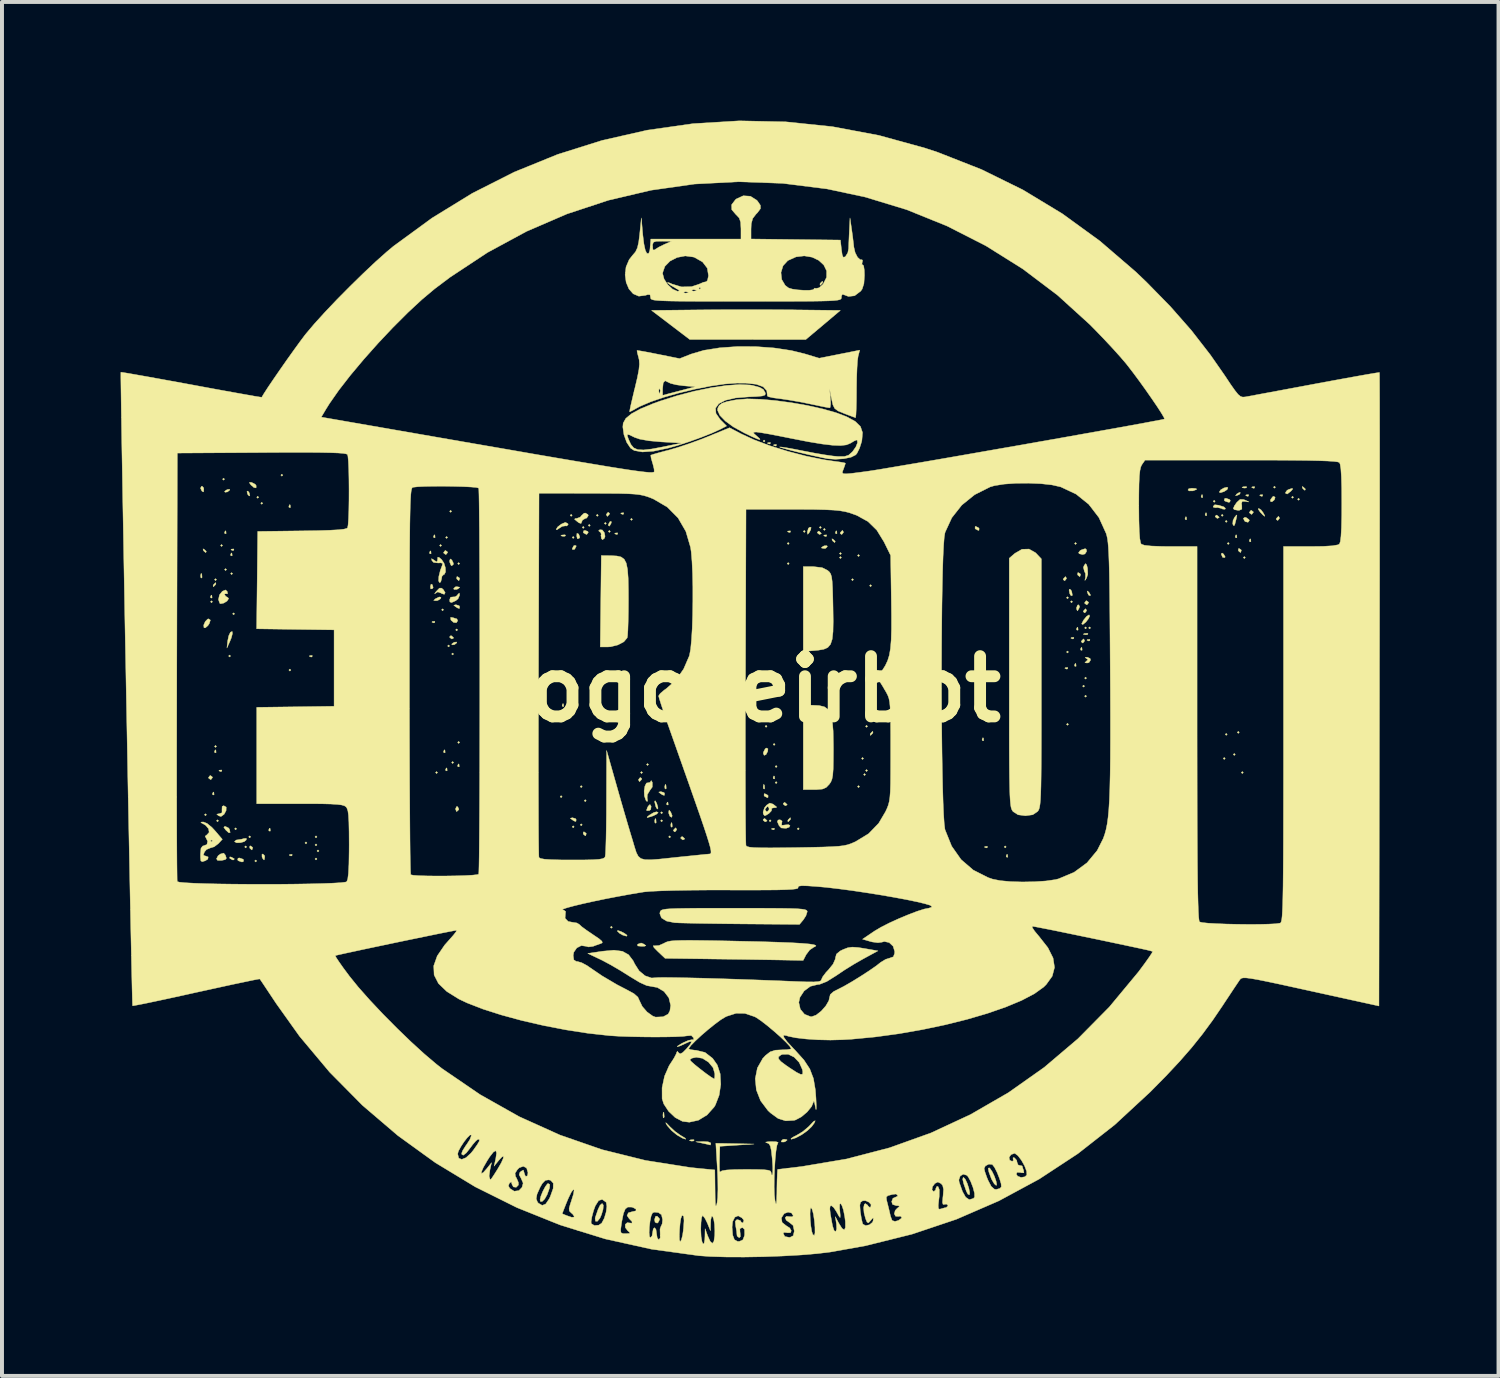
<source format=kicad_pcb>
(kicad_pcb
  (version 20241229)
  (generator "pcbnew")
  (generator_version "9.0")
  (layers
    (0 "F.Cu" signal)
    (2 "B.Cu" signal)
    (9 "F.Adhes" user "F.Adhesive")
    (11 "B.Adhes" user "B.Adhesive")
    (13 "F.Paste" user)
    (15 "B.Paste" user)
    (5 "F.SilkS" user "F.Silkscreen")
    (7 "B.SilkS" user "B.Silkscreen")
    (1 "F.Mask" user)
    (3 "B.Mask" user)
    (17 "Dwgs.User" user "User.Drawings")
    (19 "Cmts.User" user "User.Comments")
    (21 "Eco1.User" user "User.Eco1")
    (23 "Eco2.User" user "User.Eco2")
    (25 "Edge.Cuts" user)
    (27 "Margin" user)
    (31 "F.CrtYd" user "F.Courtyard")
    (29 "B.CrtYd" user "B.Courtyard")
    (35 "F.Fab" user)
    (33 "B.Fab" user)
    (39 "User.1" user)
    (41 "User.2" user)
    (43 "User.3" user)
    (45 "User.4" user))
  (footprint "logo_eirbot"
    (layer "F.Cu")
    (at 15.886 14.373)
    (property "Reference" "logo_eirbot" (at 0 0 0) (layer "F.SilkS") (effects (font (size 1.524 1.524) (thickness 0.3))))
    (attr through_hole)
    (fp_poly (pts (xy -13.716 3.175) (xy -13.741 3.2) (xy -13.767 3.175) (xy -13.741 3.15) (xy -13.716 3.175)) (stroke (width 0.01) (type solid)) (fill yes) (layer "F.SilkS"))
    (fp_poly (pts (xy -13.564 -2.21) (xy -13.589 -2.184) (xy -13.614 -2.21) (xy -13.589 -2.235) (xy -13.564 -2.21)) (stroke (width 0.01) (type solid)) (fill yes) (layer "F.SilkS"))
    (fp_poly (pts (xy -13.462 -2.769) (xy -13.487 -2.743) (xy -13.513 -2.769) (xy -13.487 -2.794) (xy -13.462 -2.769)) (stroke (width 0.01) (type solid)) (fill yes) (layer "F.SilkS"))
    (fp_poly (pts (xy -13.462 1.448) (xy -13.487 1.473) (xy -13.513 1.448) (xy -13.487 1.422) (xy -13.462 1.448)) (stroke (width 0.01) (type solid)) (fill yes) (layer "F.SilkS"))
    (fp_poly (pts (xy -13.411 3.327) (xy -13.437 3.353) (xy -13.462 3.327) (xy -13.437 3.302) (xy -13.411 3.327)) (stroke (width 0.01) (type solid)) (fill yes) (layer "F.SilkS"))
    (fp_poly (pts (xy -13.31 -3.632) (xy -13.335 -3.607) (xy -13.36 -3.632) (xy -13.335 -3.658) (xy -13.31 -3.632)) (stroke (width 0.01) (type solid)) (fill yes) (layer "F.SilkS"))
    (fp_poly (pts (xy -13.259 -5.309) (xy -13.284 -5.283) (xy -13.31 -5.309) (xy -13.284 -5.334) (xy -13.259 -5.309)) (stroke (width 0.01) (type solid)) (fill yes) (layer "F.SilkS"))
    (fp_poly (pts (xy -13.208 -3.023) (xy -13.233 -2.997) (xy -13.259 -3.023) (xy -13.233 -3.048) (xy -13.208 -3.023)) (stroke (width 0.01) (type solid)) (fill yes) (layer "F.SilkS"))
    (fp_poly (pts (xy -13.106 -0.838) (xy -13.132 -0.813) (xy -13.157 -0.838) (xy -13.132 -0.864) (xy -13.106 -0.838)) (stroke (width 0.01) (type solid)) (fill yes) (layer "F.SilkS"))
    (fp_poly (pts (xy -13.056 -2.921) (xy -13.081 -2.896) (xy -13.106 -2.921) (xy -13.081 -2.946) (xy -13.056 -2.921)) (stroke (width 0.01) (type solid)) (fill yes) (layer "F.SilkS"))
    (fp_poly (pts (xy -13.005 -1.905) (xy -13.03 -1.88) (xy -13.056 -1.905) (xy -13.03 -1.93) (xy -13.005 -1.905)) (stroke (width 0.01) (type solid)) (fill yes) (layer "F.SilkS"))
    (fp_poly (pts (xy -12.954 3.531) (xy -12.979 3.556) (xy -13.005 3.531) (xy -12.979 3.505) (xy -12.954 3.531)) (stroke (width 0.01) (type solid)) (fill yes) (layer "F.SilkS"))
    (fp_poly (pts (xy -12.7 3.988) (xy -12.725 4.013) (xy -12.751 3.988) (xy -12.725 3.962) (xy -12.7 3.988)) (stroke (width 0.01) (type solid)) (fill yes) (layer "F.SilkS"))
    (fp_poly (pts (xy -12.598 3.734) (xy -12.624 3.759) (xy -12.649 3.734) (xy -12.624 3.708) (xy -12.598 3.734)) (stroke (width 0.01) (type solid)) (fill yes) (layer "F.SilkS"))
    (fp_poly (pts (xy -12.446 4.343) (xy -12.471 4.369) (xy -12.497 4.343) (xy -12.471 4.318) (xy -12.446 4.343)) (stroke (width 0.01) (type solid)) (fill yes) (layer "F.SilkS"))
    (fp_poly (pts (xy -12.395 -4.851) (xy -12.421 -4.826) (xy -12.446 -4.851) (xy -12.421 -4.877) (xy -12.395 -4.851)) (stroke (width 0.01) (type solid)) (fill yes) (layer "F.SilkS"))
    (fp_poly (pts (xy -12.294 -4.699) (xy -12.319 -4.674) (xy -12.344 -4.699) (xy -12.319 -4.724) (xy -12.294 -4.699)) (stroke (width 0.01) (type solid)) (fill yes) (layer "F.SilkS"))
    (fp_poly (pts (xy -11.786 -5.41) (xy -11.811 -5.385) (xy -11.836 -5.41) (xy -11.811 -5.436) (xy -11.786 -5.41)) (stroke (width 0.01) (type solid)) (fill yes) (layer "F.SilkS"))
    (fp_poly (pts (xy -11.582 -0.483) (xy -11.608 -0.457) (xy -11.633 -0.483) (xy -11.608 -0.508) (xy -11.582 -0.483)) (stroke (width 0.01) (type solid)) (fill yes) (layer "F.SilkS"))
    (fp_poly (pts (xy -11.176 3.886) (xy -11.201 3.912) (xy -11.227 3.886) (xy -11.201 3.861) (xy -11.176 3.886)) (stroke (width 0.01) (type solid)) (fill yes) (layer "F.SilkS"))
    (fp_poly (pts (xy -10.922 3.734) (xy -10.947 3.759) (xy -10.973 3.734) (xy -10.947 3.708) (xy -10.922 3.734)) (stroke (width 0.01) (type solid)) (fill yes) (layer "F.SilkS"))
    (fp_poly (pts (xy -10.922 3.937) (xy -10.947 3.962) (xy -10.973 3.937) (xy -10.947 3.912) (xy -10.922 3.937)) (stroke (width 0.01) (type solid)) (fill yes) (layer "F.SilkS"))
    (fp_poly (pts (xy -10.922 4.293) (xy -10.947 4.318) (xy -10.973 4.293) (xy -10.947 4.267) (xy -10.922 4.293)) (stroke (width 0.01) (type solid)) (fill yes) (layer "F.SilkS"))
    (fp_poly (pts (xy -10.871 4.089) (xy -10.897 4.115) (xy -10.922 4.089) (xy -10.897 4.064) (xy -10.871 4.089)) (stroke (width 0.01) (type solid)) (fill yes) (layer "F.SilkS"))
    (fp_poly (pts (xy -7.874 2.108) (xy -7.899 2.134) (xy -7.925 2.108) (xy -7.899 2.083) (xy -7.874 2.108)) (stroke (width 0.01) (type solid)) (fill yes) (layer "F.SilkS"))
    (fp_poly (pts (xy -7.772 -3.632) (xy -7.798 -3.607) (xy -7.823 -3.632) (xy -7.798 -3.658) (xy -7.772 -3.632)) (stroke (width 0.01) (type solid)) (fill yes) (layer "F.SilkS"))
    (fp_poly (pts (xy -7.722 -2.007) (xy -7.747 -1.981) (xy -7.772 -2.007) (xy -7.747 -2.032) (xy -7.722 -2.007)) (stroke (width 0.01) (type solid)) (fill yes) (layer "F.SilkS"))
    (fp_poly (pts (xy -7.62 -3.835) (xy -7.645 -3.81) (xy -7.671 -3.835) (xy -7.645 -3.861) (xy -7.62 -3.835)) (stroke (width 0.01) (type solid)) (fill yes) (layer "F.SilkS"))
    (fp_poly (pts (xy -7.569 -1.092) (xy -7.595 -1.067) (xy -7.62 -1.092) (xy -7.595 -1.118) (xy -7.569 -1.092)) (stroke (width 0.01) (type solid)) (fill yes) (layer "F.SilkS"))
    (fp_poly (pts (xy -7.518 -4.496) (xy -7.544 -4.47) (xy -7.569 -4.496) (xy -7.544 -4.521) (xy -7.518 -4.496)) (stroke (width 0.01) (type solid)) (fill yes) (layer "F.SilkS"))
    (fp_poly (pts (xy -7.468 -0.889) (xy -7.493 -0.864) (xy -7.518 -0.889) (xy -7.493 -0.914) (xy -7.468 -0.889)) (stroke (width 0.01) (type solid)) (fill yes) (layer "F.SilkS"))
    (fp_poly (pts (xy -7.468 1.854) (xy -7.493 1.88) (xy -7.518 1.854) (xy -7.493 1.829) (xy -7.468 1.854)) (stroke (width 0.01) (type solid)) (fill yes) (layer "F.SilkS"))
    (fp_poly (pts (xy -7.366 -1.499) (xy -7.391 -1.473) (xy -7.417 -1.499) (xy -7.391 -1.524) (xy -7.366 -1.499)) (stroke (width 0.01) (type solid)) (fill yes) (layer "F.SilkS"))
    (fp_poly (pts (xy -7.315 -3.175) (xy -7.341 -3.15) (xy -7.366 -3.175) (xy -7.341 -3.2) (xy -7.315 -3.175)) (stroke (width 0.01) (type solid)) (fill yes) (layer "F.SilkS"))
    (fp_poly (pts (xy -7.315 1.346) (xy -7.341 1.372) (xy -7.366 1.346) (xy -7.341 1.321) (xy -7.315 1.346)) (stroke (width 0.01) (type solid)) (fill yes) (layer "F.SilkS"))
    (fp_poly (pts (xy -4.724 2.718) (xy -4.75 2.743) (xy -4.775 2.718) (xy -4.75 2.692) (xy -4.724 2.718)) (stroke (width 0.01) (type solid)) (fill yes) (layer "F.SilkS"))
    (fp_poly (pts (xy -4.521 0.483) (xy -4.547 0.508) (xy -4.572 0.483) (xy -4.547 0.457) (xy -4.521 0.483)) (stroke (width 0.01) (type solid)) (fill yes) (layer "F.SilkS"))
    (fp_poly (pts (xy -4.47 -4.394) (xy -4.496 -4.369) (xy -4.521 -4.394) (xy -4.496 -4.42) (xy -4.47 -4.394)) (stroke (width 0.01) (type solid)) (fill yes) (layer "F.SilkS"))
    (fp_poly (pts (xy -4.42 -3.835) (xy -4.445 -3.81) (xy -4.47 -3.835) (xy -4.445 -3.861) (xy -4.42 -3.835)) (stroke (width 0.01) (type solid)) (fill yes) (layer "F.SilkS"))
    (fp_poly (pts (xy -4.42 3.48) (xy -4.445 3.505) (xy -4.47 3.48) (xy -4.445 3.454) (xy -4.42 3.48)) (stroke (width 0.01) (type solid)) (fill yes) (layer "F.SilkS"))
    (fp_poly (pts (xy -4.216 2.464) (xy -4.242 2.489) (xy -4.267 2.464) (xy -4.242 2.438) (xy -4.216 2.464)) (stroke (width 0.01) (type solid)) (fill yes) (layer "F.SilkS"))
    (fp_poly (pts (xy -4.216 3.429) (xy -4.242 3.454) (xy -4.267 3.429) (xy -4.242 3.404) (xy -4.216 3.429)) (stroke (width 0.01) (type solid)) (fill yes) (layer "F.SilkS"))
    (fp_poly (pts (xy -4.166 -4.089) (xy -4.191 -4.064) (xy -4.216 -4.089) (xy -4.191 -4.115) (xy -4.166 -4.089)) (stroke (width 0.01) (type solid)) (fill yes) (layer "F.SilkS"))
    (fp_poly (pts (xy -4.115 2.819) (xy -4.14 2.845) (xy -4.166 2.819) (xy -4.14 2.794) (xy -4.115 2.819)) (stroke (width 0.01) (type solid)) (fill yes) (layer "F.SilkS"))
    (fp_poly (pts (xy -4.013 -4.14) (xy -4.039 -4.115) (xy -4.064 -4.14) (xy -4.039 -4.166) (xy -4.013 -4.14)) (stroke (width 0.01) (type solid)) (fill yes) (layer "F.SilkS"))
    (fp_poly (pts (xy -3.81 -4.394) (xy -3.835 -4.369) (xy -3.861 -4.394) (xy -3.835 -4.42) (xy -3.81 -4.394)) (stroke (width 0.01) (type solid)) (fill yes) (layer "F.SilkS"))
    (fp_poly (pts (xy -3.607 -4.191) (xy -3.632 -4.166) (xy -3.658 -4.191) (xy -3.632 -4.216) (xy -3.607 -4.191)) (stroke (width 0.01) (type solid)) (fill yes) (layer "F.SilkS"))
    (fp_poly (pts (xy -3.505 -3.988) (xy -3.531 -3.962) (xy -3.556 -3.988) (xy -3.531 -4.013) (xy -3.505 -3.988)) (stroke (width 0.01) (type solid)) (fill yes) (layer "F.SilkS"))
    (fp_poly (pts (xy -3.454 6.02) (xy -3.48 6.045) (xy -3.505 6.02) (xy -3.48 5.994) (xy -3.454 6.02)) (stroke (width 0.01) (type solid)) (fill yes) (layer "F.SilkS"))
    (fp_poly (pts (xy -3.048 0.229) (xy -3.073 0.254) (xy -3.099 0.229) (xy -3.073 0.203) (xy -3.048 0.229)) (stroke (width 0.01) (type solid)) (fill yes) (layer "F.SilkS"))
    (fp_poly (pts (xy -2.946 -4.293) (xy -2.972 -4.267) (xy -2.997 -4.293) (xy -2.972 -4.318) (xy -2.946 -4.293)) (stroke (width 0.01) (type solid)) (fill yes) (layer "F.SilkS"))
    (fp_poly (pts (xy -2.692 2.108) (xy -2.718 2.134) (xy -2.743 2.108) (xy -2.718 2.083) (xy -2.692 2.108)) (stroke (width 0.01) (type solid)) (fill yes) (layer "F.SilkS"))
    (fp_poly (pts (xy -2.54 1.905) (xy -2.565 1.93) (xy -2.591 1.905) (xy -2.565 1.88) (xy -2.54 1.905)) (stroke (width 0.01) (type solid)) (fill yes) (layer "F.SilkS"))
    (fp_poly (pts (xy -2.184 3.124) (xy -2.21 3.15) (xy -2.235 3.124) (xy -2.21 3.099) (xy -2.184 3.124)) (stroke (width 0.01) (type solid)) (fill yes) (layer "F.SilkS"))
    (fp_poly (pts (xy -2.184 3.327) (xy -2.21 3.353) (xy -2.235 3.327) (xy -2.21 3.302) (xy -2.184 3.327)) (stroke (width 0.01) (type solid)) (fill yes) (layer "F.SilkS"))
    (fp_poly (pts (xy -1.981 3.734) (xy -2.007 3.759) (xy -2.032 3.734) (xy -2.007 3.708) (xy -1.981 3.734)) (stroke (width 0.01) (type solid)) (fill yes) (layer "F.SilkS"))
    (fp_poly (pts (xy 0.406 -6.274) (xy 0.381 -6.248) (xy 0.356 -6.274) (xy 0.381 -6.299) (xy 0.406 -6.274)) (stroke (width 0.01) (type solid)) (fill yes) (layer "F.SilkS"))
    (fp_poly (pts (xy 0.457 0.94) (xy 0.432 0.965) (xy 0.406 0.94) (xy 0.432 0.914) (xy 0.457 0.94)) (stroke (width 0.01) (type solid)) (fill yes) (layer "F.SilkS"))
    (fp_poly (pts (xy 0.559 3.327) (xy 0.533 3.353) (xy 0.508 3.327) (xy 0.533 3.302) (xy 0.559 3.327)) (stroke (width 0.01) (type solid)) (fill yes) (layer "F.SilkS"))
    (fp_poly (pts (xy 0.66 1.397) (xy 0.635 1.422) (xy 0.61 1.397) (xy 0.635 1.372) (xy 0.66 1.397)) (stroke (width 0.01) (type solid)) (fill yes) (layer "F.SilkS"))
    (fp_poly (pts (xy 0.711 1.956) (xy 0.686 1.981) (xy 0.66 1.956) (xy 0.686 1.93) (xy 0.711 1.956)) (stroke (width 0.01) (type solid)) (fill yes) (layer "F.SilkS"))
    (fp_poly (pts (xy 0.711 2.362) (xy 0.686 2.388) (xy 0.66 2.362) (xy 0.686 2.337) (xy 0.711 2.362)) (stroke (width 0.01) (type solid)) (fill yes) (layer "F.SilkS"))
    (fp_poly (pts (xy 1.016 -3.683) (xy 0.991 -3.658) (xy 0.965 -3.683) (xy 0.991 -3.708) (xy 1.016 -3.683)) (stroke (width 0.01) (type solid)) (fill yes) (layer "F.SilkS"))
    (fp_poly (pts (xy 1.016 -3.175) (xy 0.991 -3.15) (xy 0.965 -3.175) (xy 0.991 -3.2) (xy 1.016 -3.175)) (stroke (width 0.01) (type solid)) (fill yes) (layer "F.SilkS"))
    (fp_poly (pts (xy 1.27 3.531) (xy 1.245 3.556) (xy 1.219 3.531) (xy 1.245 3.505) (xy 1.27 3.531)) (stroke (width 0.01) (type solid)) (fill yes) (layer "F.SilkS"))
    (fp_poly (pts (xy 1.422 -3.988) (xy 1.397 -3.962) (xy 1.372 -3.988) (xy 1.397 -4.013) (xy 1.422 -3.988)) (stroke (width 0.01) (type solid)) (fill yes) (layer "F.SilkS"))
    (fp_poly (pts (xy 1.829 -4.089) (xy 1.803 -4.064) (xy 1.778 -4.089) (xy 1.803 -4.115) (xy 1.829 -4.089)) (stroke (width 0.01) (type solid)) (fill yes) (layer "F.SilkS"))
    (fp_poly (pts (xy 1.93 -4.039) (xy 1.905 -4.013) (xy 1.88 -4.039) (xy 1.905 -4.064) (xy 1.93 -4.039)) (stroke (width 0.01) (type solid)) (fill yes) (layer "F.SilkS"))
    (fp_poly (pts (xy 2.337 -3.429) (xy 2.311 -3.404) (xy 2.286 -3.429) (xy 2.311 -3.454) (xy 2.337 -3.429)) (stroke (width 0.01) (type solid)) (fill yes) (layer "F.SilkS"))
    (fp_poly (pts (xy 2.337 -3.327) (xy 2.311 -3.302) (xy 2.286 -3.327) (xy 2.311 -3.353) (xy 2.337 -3.327)) (stroke (width 0.01) (type solid)) (fill yes) (layer "F.SilkS"))
    (fp_poly (pts (xy 2.642 -2.769) (xy 2.616 -2.743) (xy 2.591 -2.769) (xy 2.616 -2.794) (xy 2.642 -2.769)) (stroke (width 0.01) (type solid)) (fill yes) (layer "F.SilkS"))
    (fp_poly (pts (xy 2.794 -3.378) (xy 2.769 -3.353) (xy 2.743 -3.378) (xy 2.769 -3.404) (xy 2.794 -3.378)) (stroke (width 0.01) (type solid)) (fill yes) (layer "F.SilkS"))
    (fp_poly (pts (xy 2.794 2.464) (xy 2.769 2.489) (xy 2.743 2.464) (xy 2.769 2.438) (xy 2.794 2.464)) (stroke (width 0.01) (type solid)) (fill yes) (layer "F.SilkS"))
    (fp_poly (pts (xy 2.896 1.753) (xy 2.87 1.778) (xy 2.845 1.753) (xy 2.87 1.727) (xy 2.896 1.753)) (stroke (width 0.01) (type solid)) (fill yes) (layer "F.SilkS"))
    (fp_poly (pts (xy 2.946 2.159) (xy 2.921 2.184) (xy 2.896 2.159) (xy 2.921 2.134) (xy 2.946 2.159)) (stroke (width 0.01) (type solid)) (fill yes) (layer "F.SilkS"))
    (fp_poly (pts (xy 2.997 0.94) (xy 2.972 0.965) (xy 2.946 0.94) (xy 2.972 0.914) (xy 2.997 0.94)) (stroke (width 0.01) (type solid)) (fill yes) (layer "F.SilkS"))
    (fp_poly (pts (xy 2.997 2.057) (xy 2.972 2.083) (xy 2.946 2.057) (xy 2.972 2.032) (xy 2.997 2.057)) (stroke (width 0.01) (type solid)) (fill yes) (layer "F.SilkS"))
    (fp_poly (pts (xy 3.099 -2.616) (xy 3.073 -2.591) (xy 3.048 -2.616) (xy 3.073 -2.642) (xy 3.099 -2.616)) (stroke (width 0.01) (type solid)) (fill yes) (layer "F.SilkS"))
    (fp_poly (pts (xy 6.502 3.988) (xy 6.477 4.013) (xy 6.452 3.988) (xy 6.477 3.962) (xy 6.502 3.988)) (stroke (width 0.01) (type solid)) (fill yes) (layer "F.SilkS"))
    (fp_poly (pts (xy 8.077 -2.311) (xy 8.052 -2.286) (xy 8.026 -2.311) (xy 8.052 -2.337) (xy 8.077 -2.311)) (stroke (width 0.01) (type solid)) (fill yes) (layer "F.SilkS"))
    (fp_poly (pts (xy 8.077 -0.94) (xy 8.052 -0.914) (xy 8.026 -0.94) (xy 8.052 -0.965) (xy 8.077 -0.94)) (stroke (width 0.01) (type solid)) (fill yes) (layer "F.SilkS"))
    (fp_poly (pts (xy 8.077 0.889) (xy 8.052 0.914) (xy 8.026 0.889) (xy 8.052 0.864) (xy 8.077 0.889)) (stroke (width 0.01) (type solid)) (fill yes) (layer "F.SilkS"))
    (fp_poly (pts (xy 8.179 -2.21) (xy 8.153 -2.184) (xy 8.128 -2.21) (xy 8.153 -2.235) (xy 8.179 -2.21)) (stroke (width 0.01) (type solid)) (fill yes) (layer "F.SilkS"))
    (fp_poly (pts (xy 8.28 -3.683) (xy 8.255 -3.658) (xy 8.23 -3.683) (xy 8.255 -3.708) (xy 8.28 -3.683)) (stroke (width 0.01) (type solid)) (fill yes) (layer "F.SilkS"))
    (fp_poly (pts (xy 8.484 -0.076) (xy 8.458 -0.051) (xy 8.433 -0.076) (xy 8.458 -0.102) (xy 8.484 -0.076)) (stroke (width 0.01) (type solid)) (fill yes) (layer "F.SilkS"))
    (fp_poly (pts (xy 8.534 -1.549) (xy 8.509 -1.524) (xy 8.484 -1.549) (xy 8.509 -1.575) (xy 8.534 -1.549)) (stroke (width 0.01) (type solid)) (fill yes) (layer "F.SilkS"))
    (fp_poly (pts (xy 8.534 -0.279) (xy 8.509 -0.254) (xy 8.484 -0.279) (xy 8.509 -0.305) (xy 8.534 -0.279)) (stroke (width 0.01) (type solid)) (fill yes) (layer "F.SilkS"))
    (fp_poly (pts (xy 8.534 0.178) (xy 8.509 0.203) (xy 8.484 0.178) (xy 8.509 0.152) (xy 8.534 0.178)) (stroke (width 0.01) (type solid)) (fill yes) (layer "F.SilkS"))
    (fp_poly (pts (xy 8.636 -1.549) (xy 8.611 -1.524) (xy 8.585 -1.549) (xy 8.611 -1.575) (xy 8.636 -1.549)) (stroke (width 0.01) (type solid)) (fill yes) (layer "F.SilkS"))
    (fp_poly (pts (xy 11.786 -4.75) (xy 11.76 -4.724) (xy 11.735 -4.75) (xy 11.76 -4.775) (xy 11.786 -4.75)) (stroke (width 0.01) (type solid)) (fill yes) (layer "F.SilkS"))
    (fp_poly (pts (xy 11.989 -4.394) (xy 11.963 -4.369) (xy 11.938 -4.394) (xy 11.963 -4.42) (xy 11.989 -4.394)) (stroke (width 0.01) (type solid)) (fill yes) (layer "F.SilkS"))
    (fp_poly (pts (xy 12.04 1.753) (xy 12.014 1.778) (xy 11.989 1.753) (xy 12.014 1.727) (xy 12.04 1.753)) (stroke (width 0.01) (type solid)) (fill yes) (layer "F.SilkS"))
    (fp_poly (pts (xy 12.09 -4.242) (xy 12.065 -4.216) (xy 12.04 -4.242) (xy 12.065 -4.267) (xy 12.09 -4.242)) (stroke (width 0.01) (type solid)) (fill yes) (layer "F.SilkS"))
    (fp_poly (pts (xy 12.09 1.143) (xy 12.065 1.168) (xy 12.04 1.143) (xy 12.065 1.118) (xy 12.09 1.143)) (stroke (width 0.01) (type solid)) (fill yes) (layer "F.SilkS"))
    (fp_poly (pts (xy 12.141 -3.683) (xy 12.116 -3.658) (xy 12.09 -3.683) (xy 12.116 -3.708) (xy 12.141 -3.683)) (stroke (width 0.01) (type solid)) (fill yes) (layer "F.SilkS"))
    (fp_poly (pts (xy 12.294 1.651) (xy 12.268 1.676) (xy 12.243 1.651) (xy 12.268 1.626) (xy 12.294 1.651)) (stroke (width 0.01) (type solid)) (fill yes) (layer "F.SilkS"))
    (fp_poly (pts (xy 12.395 1.092) (xy 12.37 1.118) (xy 12.344 1.092) (xy 12.37 1.067) (xy 12.395 1.092)) (stroke (width 0.01) (type solid)) (fill yes) (layer "F.SilkS"))
    (fp_poly (pts (xy 12.497 2.108) (xy 12.471 2.134) (xy 12.446 2.108) (xy 12.471 2.083) (xy 12.497 2.108)) (stroke (width 0.01) (type solid)) (fill yes) (layer "F.SilkS"))
    (fp_poly (pts (xy 12.548 -3.327) (xy 12.522 -3.302) (xy 12.497 -3.327) (xy 12.522 -3.353) (xy 12.548 -3.327)) (stroke (width 0.01) (type solid)) (fill yes) (layer "F.SilkS"))
    (fp_poly (pts (xy 13.31 -5.105) (xy 13.284 -5.08) (xy 13.259 -5.105) (xy 13.284 -5.131) (xy 13.31 -5.105)) (stroke (width 0.01) (type solid)) (fill yes) (layer "F.SilkS"))
    (fp_poly (pts (xy 13.767 -4.851) (xy 13.741 -4.826) (xy 13.716 -4.851) (xy 13.741 -4.877) (xy 13.767 -4.851)) (stroke (width 0.01) (type solid)) (fill yes) (layer "F.SilkS"))
    (fp_poly (pts (xy 13.919 -4.801) (xy 13.894 -4.775) (xy 13.868 -4.801) (xy 13.894 -4.826) (xy 13.919 -4.801)) (stroke (width 0.01) (type solid)) (fill yes) (layer "F.SilkS"))
    (fp_poly (pts (xy -13.834 -2.905) (xy -13.828 -2.826) (xy -13.838 -2.808) (xy -13.861 -2.823) (xy -13.864 -2.874) (xy -13.852 -2.929) (xy -13.834 -2.905)) (stroke (width 0.01) (type solid)) (fill yes) (layer "F.SilkS"))
    (fp_poly (pts (xy -13.581 -2.371) (xy -13.574 -2.31) (xy -13.581 -2.303) (xy -13.611 -2.31) (xy -13.614 -2.337) (xy -13.596 -2.379) (xy -13.581 -2.371)) (stroke (width 0.01) (type solid)) (fill yes) (layer "F.SilkS"))
    (fp_poly (pts (xy -13.53 2.608) (xy -13.524 2.668) (xy -13.53 2.675) (xy -13.56 2.668) (xy -13.564 2.642) (xy -13.545 2.6) (xy -13.53 2.608)) (stroke (width 0.01) (type solid)) (fill yes) (layer "F.SilkS"))
    (fp_poly (pts (xy -13.479 1.541) (xy -13.473 1.601) (xy -13.479 1.609) (xy -13.509 1.602) (xy -13.513 1.575) (xy -13.494 1.533) (xy -13.479 1.541)) (stroke (width 0.01) (type solid)) (fill yes) (layer "F.SilkS"))
    (fp_poly (pts (xy -13.327 2.049) (xy -13.334 2.079) (xy -13.36 2.083) (xy -13.402 2.064) (xy -13.394 2.049) (xy -13.334 2.043) (xy -13.327 2.049)) (stroke (width 0.01) (type solid)) (fill yes) (layer "F.SilkS"))
    (fp_poly (pts (xy -13.225 -3.996) (xy -13.219 -3.936) (xy -13.225 -3.929) (xy -13.255 -3.936) (xy -13.259 -3.962) (xy -13.24 -4.004) (xy -13.225 -3.996)) (stroke (width 0.01) (type solid)) (fill yes) (layer "F.SilkS"))
    (fp_poly (pts (xy -13.073 -3.437) (xy -13.066 -3.377) (xy -13.073 -3.37) (xy -13.103 -3.377) (xy -13.106 -3.404) (xy -13.088 -3.445) (xy -13.073 -3.437)) (stroke (width 0.01) (type solid)) (fill yes) (layer "F.SilkS"))
    (fp_poly (pts (xy -13.022 -3.539) (xy -13.029 -3.509) (xy -13.056 -3.505) (xy -13.097 -3.524) (xy -13.089 -3.539) (xy -13.029 -3.545) (xy -13.022 -3.539)) (stroke (width 0.01) (type solid)) (fill yes) (layer "F.SilkS"))
    (fp_poly (pts (xy -12.107 3.522) (xy -12.101 3.582) (xy -12.107 3.59) (xy -12.138 3.583) (xy -12.141 3.556) (xy -12.123 3.514) (xy -12.107 3.522)) (stroke (width 0.01) (type solid)) (fill yes) (layer "F.SilkS"))
    (fp_poly (pts (xy -11.599 -4.657) (xy -11.593 -4.596) (xy -11.599 -4.589) (xy -11.63 -4.596) (xy -11.633 -4.623) (xy -11.615 -4.665) (xy -11.599 -4.657)) (stroke (width 0.01) (type solid)) (fill yes) (layer "F.SilkS"))
    (fp_poly (pts (xy -11.549 4.183) (xy -11.556 4.213) (xy -11.582 4.216) (xy -11.624 4.198) (xy -11.616 4.183) (xy -11.556 4.176) (xy -11.549 4.183)) (stroke (width 0.01) (type solid)) (fill yes) (layer "F.SilkS"))
    (fp_poly (pts (xy -11.041 -0.847) (xy -11.048 -0.816) (xy -11.074 -0.813) (xy -11.116 -0.831) (xy -11.108 -0.847) (xy -11.048 -0.853) (xy -11.041 -0.847)) (stroke (width 0.01) (type solid)) (fill yes) (layer "F.SilkS"))
    (fp_poly (pts (xy -8.043 -3.488) (xy -8.037 -3.428) (xy -8.043 -3.421) (xy -8.074 -3.428) (xy -8.077 -3.454) (xy -8.059 -3.496) (xy -8.043 -3.488)) (stroke (width 0.01) (type solid)) (fill yes) (layer "F.SilkS"))
    (fp_poly (pts (xy -8.005 -2.641) (xy -7.985 -2.569) (xy -8.005 -2.541) (xy -8.046 -2.533) (xy -8.055 -2.591) (xy -8.039 -2.656) (xy -8.005 -2.641)) (stroke (width 0.01) (type solid)) (fill yes) (layer "F.SilkS"))
    (fp_poly (pts (xy -7.942 -3.895) (xy -7.936 -3.834) (xy -7.942 -3.827) (xy -7.972 -3.834) (xy -7.976 -3.861) (xy -7.957 -3.903) (xy -7.942 -3.895)) (stroke (width 0.01) (type solid)) (fill yes) (layer "F.SilkS"))
    (fp_poly (pts (xy -7.942 -1.71) (xy -7.949 -1.68) (xy -7.976 -1.676) (xy -8.017 -1.695) (xy -8.009 -1.71) (xy -7.949 -1.716) (xy -7.942 -1.71)) (stroke (width 0.01) (type solid)) (fill yes) (layer "F.SilkS"))
    (fp_poly (pts (xy -7.688 1.541) (xy -7.682 1.601) (xy -7.688 1.609) (xy -7.718 1.602) (xy -7.722 1.575) (xy -7.703 1.533) (xy -7.688 1.541)) (stroke (width 0.01) (type solid)) (fill yes) (layer "F.SilkS"))
    (fp_poly (pts (xy -7.637 1.998) (xy -7.631 2.058) (xy -7.637 2.066) (xy -7.667 2.059) (xy -7.671 2.032) (xy -7.652 1.99) (xy -7.637 1.998)) (stroke (width 0.01) (type solid)) (fill yes) (layer "F.SilkS"))
    (fp_poly (pts (xy -7.332 1.897) (xy -7.326 1.957) (xy -7.332 1.964) (xy -7.362 1.957) (xy -7.366 1.93) (xy -7.347 1.889) (xy -7.332 1.897)) (stroke (width 0.01) (type solid)) (fill yes) (layer "F.SilkS"))
    (fp_poly (pts (xy -4.691 0.373) (xy -4.684 0.433) (xy -4.691 0.44) (xy -4.721 0.433) (xy -4.724 0.406) (xy -4.706 0.365) (xy -4.691 0.373)) (stroke (width 0.01) (type solid)) (fill yes) (layer "F.SilkS"))
    (fp_poly (pts (xy -4.637 -3.891) (xy -4.652 -3.868) (xy -4.703 -3.865) (xy -4.757 -3.877) (xy -4.734 -3.896) (xy -4.655 -3.902) (xy -4.637 -3.891)) (stroke (width 0.01) (type solid)) (fill yes) (layer "F.SilkS"))
    (fp_poly (pts (xy -3.319 -3.945) (xy -3.326 -3.915) (xy -3.353 -3.912) (xy -3.395 -3.93) (xy -3.387 -3.945) (xy -3.326 -3.952) (xy -3.319 -3.945)) (stroke (width 0.01) (type solid)) (fill yes) (layer "F.SilkS"))
    (fp_poly (pts (xy -3.167 -4.453) (xy -3.174 -4.423) (xy -3.2 -4.42) (xy -3.242 -4.438) (xy -3.234 -4.453) (xy -3.174 -4.46) (xy -3.167 -4.453)) (stroke (width 0.01) (type solid)) (fill yes) (layer "F.SilkS"))
    (fp_poly (pts (xy -2.353 3.292) (xy -2.347 3.372) (xy -2.357 3.39) (xy -2.38 3.375) (xy -2.384 3.323) (xy -2.371 3.269) (xy -2.353 3.292)) (stroke (width 0.01) (type solid)) (fill yes) (layer "F.SilkS"))
    (fp_poly (pts (xy -2.151 10.706) (xy -2.144 10.81) (xy -2.151 10.833) (xy -2.169 10.839) (xy -2.176 10.77) (xy -2.168 10.697) (xy -2.151 10.706)) (stroke (width 0.01) (type solid)) (fill yes) (layer "F.SilkS"))
    (fp_poly (pts (xy -2.099 2.429) (xy -2.093 2.508) (xy -2.103 2.526) (xy -2.126 2.511) (xy -2.13 2.46) (xy -2.117 2.405) (xy -2.099 2.429)) (stroke (width 0.01) (type solid)) (fill yes) (layer "F.SilkS"))
    (fp_poly (pts (xy -2.049 2.862) (xy -2.043 2.922) (xy -2.049 2.929) (xy -2.079 2.922) (xy -2.083 2.896) (xy -2.064 2.854) (xy -2.049 2.862)) (stroke (width 0.01) (type solid)) (fill yes) (layer "F.SilkS"))
    (fp_poly (pts (xy -1.946 3.394) (xy -1.94 3.473) (xy -1.951 3.491) (xy -1.974 3.476) (xy -1.977 3.425) (xy -1.965 3.371) (xy -1.946 3.394)) (stroke (width 0.01) (type solid)) (fill yes) (layer "F.SilkS"))
    (fp_poly (pts (xy -1.385 11.399) (xy -1.401 11.422) (xy -1.452 11.426) (xy -1.506 11.414) (xy -1.483 11.395) (xy -1.403 11.389) (xy -1.385 11.399)) (stroke (width 0.01) (type solid)) (fill yes) (layer "F.SilkS"))
    (fp_poly (pts (xy 0.39 2.429) (xy 0.396 2.508) (xy 0.386 2.526) (xy 0.363 2.511) (xy 0.36 2.46) (xy 0.372 2.405) (xy 0.39 2.429)) (stroke (width 0.01) (type solid)) (fill yes) (layer "F.SilkS"))
    (fp_poly (pts (xy 0.542 -6.231) (xy 0.535 -6.201) (xy 0.508 -6.198) (xy 0.466 -6.216) (xy 0.474 -6.231) (xy 0.534 -6.238) (xy 0.542 -6.231)) (stroke (width 0.01) (type solid)) (fill yes) (layer "F.SilkS"))
    (fp_poly (pts (xy 0.643 2.201) (xy 0.65 2.262) (xy 0.643 2.269) (xy 0.613 2.262) (xy 0.61 2.235) (xy 0.628 2.193) (xy 0.643 2.201)) (stroke (width 0.01) (type solid)) (fill yes) (layer "F.SilkS"))
    (fp_poly (pts (xy 0.643 3.522) (xy 0.636 3.552) (xy 0.61 3.556) (xy 0.568 3.537) (xy 0.576 3.522) (xy 0.636 3.516) (xy 0.643 3.522)) (stroke (width 0.01) (type solid)) (fill yes) (layer "F.SilkS"))
    (fp_poly (pts (xy 0.694 -6.181) (xy 0.687 -6.15) (xy 0.66 -6.147) (xy 0.619 -6.165) (xy 0.627 -6.181) (xy 0.687 -6.187) (xy 0.694 -6.181)) (stroke (width 0.01) (type solid)) (fill yes) (layer "F.SilkS"))
    (fp_poly (pts (xy 1.05 -3.996) (xy 1.043 -3.966) (xy 1.016 -3.962) (xy 0.974 -3.981) (xy 0.982 -3.996) (xy 1.042 -4.002) (xy 1.05 -3.996)) (stroke (width 0.01) (type solid)) (fill yes) (layer "F.SilkS"))
    (fp_poly (pts (xy 1.964 -3.895) (xy 1.957 -3.864) (xy 1.93 -3.861) (xy 1.889 -3.879) (xy 1.897 -3.895) (xy 1.957 -3.901) (xy 1.964 -3.895)) (stroke (width 0.01) (type solid)) (fill yes) (layer "F.SilkS"))
    (fp_poly (pts (xy 2.218 -3.996) (xy 2.224 -3.936) (xy 2.218 -3.929) (xy 2.188 -3.936) (xy 2.184 -3.962) (xy 2.203 -4.004) (xy 2.218 -3.996)) (stroke (width 0.01) (type solid)) (fill yes) (layer "F.SilkS"))
    (fp_poly (pts (xy 5.927 1.236) (xy 5.933 1.296) (xy 5.927 1.304) (xy 5.896 1.297) (xy 5.893 1.27) (xy 5.911 1.228) (xy 5.927 1.236)) (stroke (width 0.01) (type solid)) (fill yes) (layer "F.SilkS"))
    (fp_poly (pts (xy 6.028 3.979) (xy 6.021 4.01) (xy 5.994 4.013) (xy 5.953 3.995) (xy 5.961 3.979) (xy 6.021 3.973) (xy 6.028 3.979)) (stroke (width 0.01) (type solid)) (fill yes) (layer "F.SilkS"))
    (fp_poly (pts (xy 6.536 4.183) (xy 6.542 4.243) (xy 6.536 4.25) (xy 6.506 4.243) (xy 6.502 4.216) (xy 6.521 4.175) (xy 6.536 4.183)) (stroke (width 0.01) (type solid)) (fill yes) (layer "F.SilkS"))
    (fp_poly (pts (xy 8.06 -0.542) (xy 8.053 -0.512) (xy 8.026 -0.508) (xy 7.985 -0.527) (xy 7.993 -0.542) (xy 8.053 -0.548) (xy 8.06 -0.542)) (stroke (width 0.01) (type solid)) (fill yes) (layer "F.SilkS"))
    (fp_poly (pts (xy 8.213 -1.304) (xy 8.206 -1.274) (xy 8.179 -1.27) (xy 8.137 -1.289) (xy 8.145 -1.304) (xy 8.205 -1.31) (xy 8.213 -1.304)) (stroke (width 0.01) (type solid)) (fill yes) (layer "F.SilkS"))
    (fp_poly (pts (xy 8.263 -0.643) (xy 8.27 -0.583) (xy 8.263 -0.576) (xy 8.233 -0.583) (xy 8.23 -0.61) (xy 8.248 -0.651) (xy 8.263 -0.643)) (stroke (width 0.01) (type solid)) (fill yes) (layer "F.SilkS"))
    (fp_poly (pts (xy 8.314 -1.558) (xy 8.32 -1.498) (xy 8.314 -1.49) (xy 8.284 -1.497) (xy 8.28 -1.524) (xy 8.299 -1.566) (xy 8.314 -1.558)) (stroke (width 0.01) (type solid)) (fill yes) (layer "F.SilkS"))
    (fp_poly (pts (xy 8.416 -1.05) (xy 8.422 -0.99) (xy 8.416 -0.982) (xy 8.386 -0.989) (xy 8.382 -1.016) (xy 8.401 -1.058) (xy 8.416 -1.05)) (stroke (width 0.01) (type solid)) (fill yes) (layer "F.SilkS"))
    (fp_poly (pts (xy 8.571 -1.402) (xy 8.556 -1.379) (xy 8.505 -1.376) (xy 8.451 -1.388) (xy 8.474 -1.406) (xy 8.553 -1.412) (xy 8.571 -1.402)) (stroke (width 0.01) (type solid)) (fill yes) (layer "F.SilkS"))
    (fp_poly (pts (xy 8.619 -1.253) (xy 8.612 -1.223) (xy 8.585 -1.219) (xy 8.543 -1.238) (xy 8.551 -1.253) (xy 8.612 -1.259) (xy 8.619 -1.253)) (stroke (width 0.01) (type solid)) (fill yes) (layer "F.SilkS"))
    (fp_poly (pts (xy 11.057 -4.352) (xy 11.064 -4.292) (xy 11.057 -4.284) (xy 11.027 -4.291) (xy 11.024 -4.318) (xy 11.042 -4.36) (xy 11.057 -4.352)) (stroke (width 0.01) (type solid)) (fill yes) (layer "F.SilkS"))
    (fp_poly (pts (xy 11.464 -4.911) (xy 11.47 -4.85) (xy 11.464 -4.843) (xy 11.434 -4.85) (xy 11.43 -4.877) (xy 11.449 -4.919) (xy 11.464 -4.911)) (stroke (width 0.01) (type solid)) (fill yes) (layer "F.SilkS"))
    (fp_poly (pts (xy 11.565 -4.453) (xy 11.572 -4.393) (xy 11.565 -4.386) (xy 11.535 -4.393) (xy 11.532 -4.42) (xy 11.55 -4.461) (xy 11.565 -4.453)) (stroke (width 0.01) (type solid)) (fill yes) (layer "F.SilkS"))
    (fp_poly (pts (xy 12.327 -3.895) (xy 12.334 -3.834) (xy 12.327 -3.827) (xy 12.297 -3.834) (xy 12.294 -3.861) (xy 12.312 -3.903) (xy 12.327 -3.895)) (stroke (width 0.01) (type solid)) (fill yes) (layer "F.SilkS"))
    (fp_poly (pts (xy 12.585 -5.111) (xy 12.569 -5.088) (xy 12.518 -5.084) (xy 12.464 -5.096) (xy 12.487 -5.115) (xy 12.567 -5.121) (xy 12.585 -5.111)) (stroke (width 0.01) (type solid)) (fill yes) (layer "F.SilkS"))
    (fp_poly (pts (xy 12.632 -4.911) (xy 12.625 -4.88) (xy 12.598 -4.877) (xy 12.557 -4.895) (xy 12.565 -4.911) (xy 12.625 -4.917) (xy 12.632 -4.911)) (stroke (width 0.01) (type solid)) (fill yes) (layer "F.SilkS"))
    (fp_poly (pts (xy 12.683 -3.793) (xy 12.689 -3.733) (xy 12.683 -3.725) (xy 12.653 -3.732) (xy 12.649 -3.759) (xy 12.668 -3.801) (xy 12.683 -3.793)) (stroke (width 0.01) (type solid)) (fill yes) (layer "F.SilkS"))
    (fp_poly (pts (xy 12.785 -5.114) (xy 12.778 -5.084) (xy 12.751 -5.08) (xy 12.709 -5.099) (xy 12.717 -5.114) (xy 12.777 -5.12) (xy 12.785 -5.114)) (stroke (width 0.01) (type solid)) (fill yes) (layer "F.SilkS"))
    (fp_poly (pts (xy 12.988 -4.911) (xy 12.981 -4.88) (xy 12.954 -4.877) (xy 12.912 -4.895) (xy 12.92 -4.911) (xy 12.98 -4.917) (xy 12.988 -4.911)) (stroke (width 0.01) (type solid)) (fill yes) (layer "F.SilkS"))
    (fp_poly (pts (xy -13.775 -3.535) (xy -13.72 -3.484) (xy -13.731 -3.455) (xy -13.738 -3.454) (xy -13.781 -3.49) (xy -13.797 -3.513) (xy -13.803 -3.548) (xy -13.775 -3.535)) (stroke (width 0.01) (type solid)) (fill yes) (layer "F.SilkS"))
    (fp_poly (pts (xy -13.132 -5.029) (xy -13.186 -4.987) (xy -13.245 -4.979) (xy -13.259 -4.998) (xy -13.219 -5.031) (xy -13.18 -5.049) (xy -13.128 -5.052) (xy -13.132 -5.029)) (stroke (width 0.01) (type solid)) (fill yes) (layer "F.SilkS"))
    (fp_poly (pts (xy -13.084 4.248) (xy -13.012 4.289) (xy -13.024 4.315) (xy -13.053 4.318) (xy -13.121 4.281) (xy -13.131 4.268) (xy -13.123 4.239) (xy -13.084 4.248)) (stroke (width 0.01) (type solid)) (fill yes) (layer "F.SilkS"))
    (fp_poly (pts (xy -12.651 -4.992) (xy -12.632 -4.955) (xy -12.619 -4.884) (xy -12.653 -4.898) (xy -12.677 -4.931) (xy -12.692 -4.997) (xy -12.686 -5.009) (xy -12.651 -4.992)) (stroke (width 0.01) (type solid)) (fill yes) (layer "F.SilkS"))
    (fp_poly (pts (xy -7.392 -1.168) (xy -7.446 -1.126) (xy -7.504 -1.119) (xy -7.518 -1.138) (xy -7.479 -1.17) (xy -7.44 -1.188) (xy -7.387 -1.191) (xy -7.392 -1.168)) (stroke (width 0.01) (type solid)) (fill yes) (layer "F.SilkS"))
    (fp_poly (pts (xy -7.365 2.972) (xy -7.336 3.033) (xy -7.343 3.052) (xy -7.392 3.097) (xy -7.416 3.045) (xy -7.417 3.02) (xy -7.392 2.967) (xy -7.365 2.972)) (stroke (width 0.01) (type solid)) (fill yes) (layer "F.SilkS"))
    (fp_poly (pts (xy -4.309 -3.923) (xy -4.305 -3.919) (xy -4.277 -3.843) (xy -4.297 -3.811) (xy -4.34 -3.804) (xy -4.355 -3.869) (xy -4.35 -3.941) (xy -4.309 -3.923)) (stroke (width 0.01) (type solid)) (fill yes) (layer "F.SilkS"))
    (fp_poly (pts (xy -3.477 -4.233) (xy -3.486 -4.194) (xy -3.527 -4.122) (xy -3.553 -4.134) (xy -3.556 -4.163) (xy -3.519 -4.231) (xy -3.506 -4.241) (xy -3.477 -4.233)) (stroke (width 0.01) (type solid)) (fill yes) (layer "F.SilkS"))
    (fp_poly (pts (xy 2.126 -3.789) (xy 2.18 -3.738) (xy 2.169 -3.709) (xy 2.162 -3.708) (xy 2.119 -3.744) (xy 2.103 -3.767) (xy 2.097 -3.802) (xy 2.126 -3.789)) (stroke (width 0.01) (type solid)) (fill yes) (layer "F.SilkS"))
    (fp_poly (pts (xy 8.585 -2.459) (xy 8.592 -2.452) (xy 8.632 -2.385) (xy 8.626 -2.361) (xy 8.588 -2.376) (xy 8.563 -2.424) (xy 8.548 -2.483) (xy 8.585 -2.459)) (stroke (width 0.01) (type solid)) (fill yes) (layer "F.SilkS"))
    (fp_poly (pts (xy 12.422 -4.969) (xy 12.407 -4.931) (xy 12.359 -4.905) (xy 12.3 -4.89) (xy 12.324 -4.927) (xy 12.331 -4.934) (xy 12.397 -4.974) (xy 12.422 -4.969)) (stroke (width 0.01) (type solid)) (fill yes) (layer "F.SilkS"))
    (fp_poly (pts (xy 14.013 -5.11) (xy 14.067 -5.059) (xy 14.056 -5.03) (xy 14.049 -5.029) (xy 14.006 -5.065) (xy 13.991 -5.088) (xy 13.985 -5.123) (xy 14.013 -5.11)) (stroke (width 0.01) (type solid)) (fill yes) (layer "F.SilkS"))
    (fp_poly (pts (xy -13.788 -5.09) (xy -13.784 -5.055) (xy -13.79 -4.986) (xy -13.822 -5) (xy -13.835 -5.012) (xy -13.867 -5.082) (xy -13.841 -5.129) (xy -13.826 -5.131) (xy -13.788 -5.09)) (stroke (width 0.01) (type solid)) (fill yes) (layer "F.SilkS"))
    (fp_poly (pts (xy -13.565 2.223) (xy -13.564 2.235) (xy -13.602 2.285) (xy -13.614 2.286) (xy -13.664 2.247) (xy -13.665 2.235) (xy -13.627 2.186) (xy -13.614 2.184) (xy -13.565 2.223)) (stroke (width 0.01) (type solid)) (fill yes) (layer "F.SilkS"))
    (fp_poly (pts (xy -13.478 -2.66) (xy -13.487 -2.642) (xy -13.535 -2.593) (xy -13.544 -2.591) (xy -13.548 -2.624) (xy -13.538 -2.642) (xy -13.49 -2.69) (xy -13.481 -2.692) (xy -13.478 -2.66)) (stroke (width 0.01) (type solid)) (fill yes) (layer "F.SilkS"))
    (fp_poly (pts (xy -13.154 3.512) (xy -13.133 3.546) (xy -13.117 3.627) (xy -13.156 3.628) (xy -13.225 3.565) (xy -13.278 3.495) (xy -13.258 3.472) (xy -13.236 3.471) (xy -13.154 3.512)) (stroke (width 0.01) (type solid)) (fill yes) (layer "F.SilkS"))
    (fp_poly (pts (xy -12.796 4.297) (xy -12.776 4.318) (xy -12.787 4.362) (xy -12.821 4.369) (xy -12.909 4.339) (xy -12.929 4.318) (xy -12.918 4.274) (xy -12.884 4.267) (xy -12.796 4.297)) (stroke (width 0.01) (type solid)) (fill yes) (layer "F.SilkS"))
    (fp_poly (pts (xy -12.571 -5.225) (xy -12.483 -5.179) (xy -12.459 -5.144) (xy -12.462 -5.088) (xy -12.517 -5.098) (xy -12.592 -5.163) (xy -12.635 -5.222) (xy -12.597 -5.229) (xy -12.571 -5.225)) (stroke (width 0.01) (type solid)) (fill yes) (layer "F.SilkS"))
    (fp_poly (pts (xy -12.55 3.999) (xy -12.548 4.013) (xy -12.565 4.063) (xy -12.57 4.064) (xy -12.613 4.028) (xy -12.624 4.013) (xy -12.62 3.966) (xy -12.601 3.962) (xy -12.55 3.999)) (stroke (width 0.01) (type solid)) (fill yes) (layer "F.SilkS"))
    (fp_poly (pts (xy -12.248 4.207) (xy -12.243 4.242) (xy -12.254 4.31) (xy -12.263 4.318) (xy -12.296 4.278) (xy -12.312 4.242) (xy -12.313 4.176) (xy -12.292 4.166) (xy -12.248 4.207)) (stroke (width 0.01) (type solid)) (fill yes) (layer "F.SilkS"))
    (fp_poly (pts (xy -7.787 -2.323) (xy -7.798 -2.286) (xy -7.87 -2.242) (xy -7.915 -2.236) (xy -7.972 -2.244) (xy -7.935 -2.279) (xy -7.925 -2.286) (xy -7.832 -2.331) (xy -7.787 -2.323)) (stroke (width 0.01) (type solid)) (fill yes) (layer "F.SilkS"))
    (fp_poly (pts (xy -7.621 -3.467) (xy -7.62 -3.454) (xy -7.659 -3.405) (xy -7.671 -3.404) (xy -7.72 -3.442) (xy -7.722 -3.454) (xy -7.683 -3.504) (xy -7.671 -3.505) (xy -7.621 -3.467)) (stroke (width 0.01) (type solid)) (fill yes) (layer "F.SilkS"))
    (fp_poly (pts (xy -7.518 -1.346) (xy -7.47 -1.301) (xy -7.468 -1.292) (xy -7.507 -1.271) (xy -7.518 -1.27) (xy -7.567 -1.309) (xy -7.569 -1.324) (xy -7.538 -1.354) (xy -7.518 -1.346)) (stroke (width 0.01) (type solid)) (fill yes) (layer "F.SilkS"))
    (fp_poly (pts (xy -7.513 -3.266) (xy -7.473 -3.183) (xy -7.476 -3.151) (xy -7.516 -3.12) (xy -7.532 -3.129) (xy -7.566 -3.209) (xy -7.569 -3.244) (xy -7.553 -3.293) (xy -7.513 -3.266)) (stroke (width 0.01) (type solid)) (fill yes) (layer "F.SilkS"))
    (fp_poly (pts (xy -7.329 -2.11) (xy -7.315 -2.083) (xy -7.323 -2.038) (xy -7.367 -2.052) (xy -7.417 -2.083) (xy -7.464 -2.122) (xy -7.415 -2.133) (xy -7.404 -2.133) (xy -7.329 -2.11)) (stroke (width 0.01) (type solid)) (fill yes) (layer "F.SilkS"))
    (fp_poly (pts (xy -7.324 -2.58) (xy -7.315 -2.571) (xy -7.355 -2.538) (xy -7.391 -2.522) (xy -7.457 -2.521) (xy -7.468 -2.542) (xy -7.426 -2.585) (xy -7.391 -2.591) (xy -7.324 -2.58)) (stroke (width 0.01) (type solid)) (fill yes) (layer "F.SilkS"))
    (fp_poly (pts (xy -7.317 -2.808) (xy -7.315 -2.794) (xy -7.333 -2.745) (xy -7.338 -2.743) (xy -7.381 -2.779) (xy -7.391 -2.794) (xy -7.387 -2.841) (xy -7.369 -2.845) (xy -7.317 -2.808)) (stroke (width 0.01) (type solid)) (fill yes) (layer "F.SilkS"))
    (fp_poly (pts (xy -4.382 3.275) (xy -4.369 3.302) (xy -4.377 3.346) (xy -4.421 3.333) (xy -4.47 3.302) (xy -4.517 3.263) (xy -4.469 3.252) (xy -4.458 3.252) (xy -4.382 3.275)) (stroke (width 0.01) (type solid)) (fill yes) (layer "F.SilkS"))
    (fp_poly (pts (xy -4.373 -3.63) (xy -4.369 -3.613) (xy -4.406 -3.541) (xy -4.42 -3.531) (xy -4.466 -3.533) (xy -4.47 -3.55) (xy -4.433 -3.622) (xy -4.42 -3.632) (xy -4.373 -3.63)) (stroke (width 0.01) (type solid)) (fill yes) (layer "F.SilkS"))
    (fp_poly (pts (xy -4.117 3.644) (xy -4.115 3.658) (xy -4.132 3.707) (xy -4.137 3.708) (xy -4.181 3.673) (xy -4.191 3.658) (xy -4.187 3.611) (xy -4.169 3.607) (xy -4.117 3.644)) (stroke (width 0.01) (type solid)) (fill yes) (layer "F.SilkS"))
    (fp_poly (pts (xy -4.074 -3.987) (xy -4.064 -3.962) (xy -4.1 -3.913) (xy -4.112 -3.912) (xy -4.181 -3.949) (xy -4.191 -3.962) (xy -4.179 -4.006) (xy -4.143 -4.013) (xy -4.074 -3.987)) (stroke (width 0.01) (type solid)) (fill yes) (layer "F.SilkS"))
    (fp_poly (pts (xy -3.523 -4.439) (xy -3.531 -4.42) (xy -3.576 -4.371) (xy -3.584 -4.369) (xy -3.606 -4.408) (xy -3.607 -4.42) (xy -3.568 -4.468) (xy -3.553 -4.47) (xy -3.523 -4.439)) (stroke (width 0.01) (type solid)) (fill yes) (layer "F.SilkS"))
    (fp_poly (pts (xy -2.71 2.266) (xy -2.718 2.286) (xy -2.763 2.334) (xy -2.772 2.337) (xy -2.793 2.297) (xy -2.794 2.286) (xy -2.755 2.237) (xy -2.74 2.235) (xy -2.71 2.266)) (stroke (width 0.01) (type solid)) (fill yes) (layer "F.SilkS"))
    (fp_poly (pts (xy -2.659 6.445) (xy -2.606 6.483) (xy -2.637 6.498) (xy -2.715 6.501) (xy -2.813 6.492) (xy -2.82 6.459) (xy -2.809 6.446) (xy -2.729 6.417) (xy -2.659 6.445)) (stroke (width 0.01) (type solid)) (fill yes) (layer "F.SilkS"))
    (fp_poly (pts (xy -2.474 2.963) (xy -2.485 3.043) (xy -2.518 3.068) (xy -2.581 3.073) (xy -2.59 3.059) (xy -2.565 2.988) (xy -2.546 2.955) (xy -2.504 2.915) (xy -2.474 2.963)) (stroke (width 0.01) (type solid)) (fill yes) (layer "F.SilkS"))
    (fp_poly (pts (xy -2.332 2.89) (xy -2.303 2.988) (xy -2.304 3.032) (xy -2.336 3.011) (xy -2.356 2.97) (xy -2.382 2.864) (xy -2.384 2.828) (xy -2.367 2.823) (xy -2.332 2.89)) (stroke (width 0.01) (type solid)) (fill yes) (layer "F.SilkS"))
    (fp_poly (pts (xy -2.265 13.385) (xy -2.261 13.411) (xy -2.301 13.487) (xy -2.324 13.5) (xy -2.375 13.477) (xy -2.388 13.411) (xy -2.364 13.331) (xy -2.324 13.322) (xy -2.265 13.385)) (stroke (width 0.01) (type solid)) (fill yes) (layer "F.SilkS"))
    (fp_poly (pts (xy -2.147 2.615) (xy -2.134 2.642) (xy -2.141 2.686) (xy -2.185 2.673) (xy -2.235 2.642) (xy -2.282 2.602) (xy -2.234 2.592) (xy -2.223 2.592) (xy -2.147 2.615)) (stroke (width 0.01) (type solid)) (fill yes) (layer "F.SilkS"))
    (fp_poly (pts (xy -1.986 3.097) (xy -1.975 3.115) (xy -1.942 3.2) (xy -1.955 3.24) (xy -1.998 3.217) (xy -2.028 3.142) (xy -2.03 3.103) (xy -2.021 3.056) (xy -1.986 3.097)) (stroke (width 0.01) (type solid)) (fill yes) (layer "F.SilkS"))
    (fp_poly (pts (xy -1.829 3.545) (xy -1.829 3.556) (xy -1.868 3.605) (xy -1.883 3.607) (xy -1.913 3.576) (xy -1.905 3.556) (xy -1.859 3.508) (xy -1.851 3.505) (xy -1.829 3.545)) (stroke (width 0.01) (type solid)) (fill yes) (layer "F.SilkS"))
    (fp_poly (pts (xy -1.676 3.734) (xy -1.628 3.779) (xy -1.626 3.788) (xy -1.665 3.809) (xy -1.676 3.81) (xy -1.725 3.771) (xy -1.727 3.756) (xy -1.696 3.726) (xy -1.676 3.734)) (stroke (width 0.01) (type solid)) (fill yes) (layer "F.SilkS"))
    (fp_poly (pts (xy 0.406 3.277) (xy 0.455 3.322) (xy 0.457 3.33) (xy 0.418 3.352) (xy 0.406 3.353) (xy 0.358 3.314) (xy 0.356 3.299) (xy 0.387 3.269) (xy 0.406 3.277)) (stroke (width 0.01) (type solid)) (fill yes) (layer "F.SilkS"))
    (fp_poly (pts (xy 0.472 2.679) (xy 0.483 2.692) (xy 0.48 2.739) (xy 0.463 2.743) (xy 0.391 2.706) (xy 0.381 2.692) (xy 0.383 2.646) (xy 0.4 2.642) (xy 0.472 2.679)) (stroke (width 0.01) (type solid)) (fill yes) (layer "F.SilkS"))
    (fp_poly (pts (xy 0.479 1.507) (xy 0.473 1.572) (xy 0.43 1.654) (xy 0.383 1.673) (xy 0.361 1.624) (xy 0.365 1.592) (xy 0.41 1.507) (xy 0.441 1.487) (xy 0.479 1.507)) (stroke (width 0.01) (type solid)) (fill yes) (layer "F.SilkS"))
    (fp_poly (pts (xy 0.66 0.7) (xy 0.66 0.711) (xy 0.621 0.76) (xy 0.607 0.762) (xy 0.576 0.731) (xy 0.584 0.711) (xy 0.63 0.663) (xy 0.638 0.66) (xy 0.66 0.7)) (stroke (width 0.01) (type solid)) (fill yes) (layer "F.SilkS"))
    (fp_poly (pts (xy 0.914 2.87) (xy 0.963 2.916) (xy 0.965 2.924) (xy 0.926 2.946) (xy 0.914 2.946) (xy 0.866 2.907) (xy 0.864 2.893) (xy 0.895 2.862) (xy 0.914 2.87)) (stroke (width 0.01) (type solid)) (fill yes) (layer "F.SilkS"))
    (fp_poly (pts (xy 0.957 11.39) (xy 0.965 11.399) (xy 0.925 11.432) (xy 0.889 11.448) (xy 0.824 11.449) (xy 0.813 11.428) (xy 0.854 11.385) (xy 0.889 11.379) (xy 0.957 11.39)) (stroke (width 0.01) (type solid)) (fill yes) (layer "F.SilkS"))
    (fp_poly (pts (xy 1.051 3.284) (xy 1.041 3.302) (xy 0.994 3.351) (xy 0.985 3.353) (xy 0.981 3.32) (xy 0.991 3.302) (xy 1.038 3.253) (xy 1.047 3.251) (xy 1.051 3.284)) (stroke (width 0.01) (type solid)) (fill yes) (layer "F.SilkS"))
    (fp_poly (pts (xy 1.561 -4.033) (xy 1.524 -3.962) (xy 1.485 -3.915) (xy 1.474 -3.961) (xy 1.474 -3.972) (xy 1.5 -4.064) (xy 1.524 -4.089) (xy 1.569 -4.093) (xy 1.561 -4.033)) (stroke (width 0.01) (type solid)) (fill yes) (layer "F.SilkS"))
    (fp_poly (pts (xy 1.778 -3.988) (xy 1.826 -3.942) (xy 1.829 -3.934) (xy 1.789 -3.912) (xy 1.778 -3.912) (xy 1.729 -3.951) (xy 1.727 -3.965) (xy 1.758 -3.996) (xy 1.778 -3.988)) (stroke (width 0.01) (type solid)) (fill yes) (layer "F.SilkS"))
    (fp_poly (pts (xy 1.864 -10.28) (xy 1.854 -10.262) (xy 1.806 -10.213) (xy 1.797 -10.211) (xy 1.794 -10.244) (xy 1.803 -10.262) (xy 1.851 -10.31) (xy 1.86 -10.312) (xy 1.864 -10.28)) (stroke (width 0.01) (type solid)) (fill yes) (layer "F.SilkS"))
    (fp_poly (pts (xy 1.981 -3.605) (xy 1.94 -3.562) (xy 1.905 -3.556) (xy 1.837 -3.567) (xy 1.829 -3.576) (xy 1.869 -3.609) (xy 1.905 -3.625) (xy 1.97 -3.626) (xy 1.981 -3.605)) (stroke (width 0.01) (type solid)) (fill yes) (layer "F.SilkS"))
    (fp_poly (pts (xy 2.387 -3.974) (xy 2.388 -3.962) (xy 2.349 -3.914) (xy 2.334 -3.912) (xy 2.303 -3.943) (xy 2.311 -3.962) (xy 2.357 -4.011) (xy 2.365 -4.013) (xy 2.387 -3.974)) (stroke (width 0.01) (type solid)) (fill yes) (layer "F.SilkS"))
    (fp_poly (pts (xy 3.134 1.1) (xy 3.124 1.118) (xy 3.076 1.166) (xy 3.067 1.168) (xy 3.064 1.136) (xy 3.073 1.118) (xy 3.121 1.069) (xy 3.13 1.067) (xy 3.134 1.1)) (stroke (width 0.01) (type solid)) (fill yes) (layer "F.SilkS"))
    (fp_poly (pts (xy 5.806 -4.078) (xy 5.817 -4.064) (xy 5.814 -4.017) (xy 5.797 -4.013) (xy 5.725 -4.05) (xy 5.715 -4.064) (xy 5.717 -4.111) (xy 5.734 -4.115) (xy 5.806 -4.078)) (stroke (width 0.01) (type solid)) (fill yes) (layer "F.SilkS"))
    (fp_poly (pts (xy 8.026 -2.805) (xy 8.026 -2.794) (xy 7.987 -2.745) (xy 7.973 -2.743) (xy 7.942 -2.774) (xy 7.95 -2.794) (xy 7.996 -2.842) (xy 8.004 -2.845) (xy 8.026 -2.805)) (stroke (width 0.01) (type solid)) (fill yes) (layer "F.SilkS"))
    (fp_poly (pts (xy 8.136 -2.512) (xy 8.158 -2.469) (xy 8.174 -2.384) (xy 8.166 -2.358) (xy 8.13 -2.375) (xy 8.108 -2.418) (xy 8.092 -2.503) (xy 8.1 -2.529) (xy 8.136 -2.512)) (stroke (width 0.01) (type solid)) (fill yes) (layer "F.SilkS"))
    (fp_poly (pts (xy 8.358 -2.096) (xy 8.35 -2.057) (xy 8.314 -1.991) (xy 8.3 -1.981) (xy 8.283 -2.023) (xy 8.28 -2.057) (xy 8.307 -2.125) (xy 8.33 -2.134) (xy 8.358 -2.096)) (stroke (width 0.01) (type solid)) (fill yes) (layer "F.SilkS"))
    (fp_poly (pts (xy 8.38 -2.91) (xy 8.382 -2.896) (xy 8.365 -2.846) (xy 8.36 -2.845) (xy 8.316 -2.88) (xy 8.306 -2.896) (xy 8.31 -2.942) (xy 8.328 -2.946) (xy 8.38 -2.91)) (stroke (width 0.01) (type solid)) (fill yes) (layer "F.SilkS"))
    (fp_poly (pts (xy 8.483 -1.231) (xy 8.484 -1.219) (xy 8.445 -1.17) (xy 8.43 -1.168) (xy 8.399 -1.2) (xy 8.407 -1.219) (xy 8.453 -1.268) (xy 8.461 -1.27) (xy 8.483 -1.231)) (stroke (width 0.01) (type solid)) (fill yes) (layer "F.SilkS"))
    (fp_poly (pts (xy 8.534 -1.993) (xy 8.534 -1.981) (xy 8.495 -1.932) (xy 8.481 -1.93) (xy 8.45 -1.962) (xy 8.458 -1.981) (xy 8.504 -2.03) (xy 8.512 -2.032) (xy 8.534 -1.993)) (stroke (width 0.01) (type solid)) (fill yes) (layer "F.SilkS"))
    (fp_poly (pts (xy 8.584 -2.197) (xy 8.585 -2.184) (xy 8.547 -2.135) (xy 8.534 -2.134) (xy 8.485 -2.172) (xy 8.484 -2.184) (xy 8.522 -2.234) (xy 8.534 -2.235) (xy 8.584 -2.197)) (stroke (width 0.01) (type solid)) (fill yes) (layer "F.SilkS"))
    (fp_poly (pts (xy 11.306 -5.071) (xy 11.316 -5.048) (xy 11.227 -5.015) (xy 11.227 -5.014) (xy 11.132 -5.012) (xy 11.097 -5.034) (xy 11.118 -5.068) (xy 11.198 -5.08) (xy 11.306 -5.071)) (stroke (width 0.01) (type solid)) (fill yes) (layer "F.SilkS"))
    (fp_poly (pts (xy 11.836 -4.394) (xy 11.885 -4.349) (xy 11.887 -4.34) (xy 11.848 -4.319) (xy 11.836 -4.318) (xy 11.788 -4.357) (xy 11.786 -4.372) (xy 11.817 -4.402) (xy 11.836 -4.394)) (stroke (width 0.01) (type solid)) (fill yes) (layer "F.SilkS"))
    (fp_poly (pts (xy 11.998 -3.415) (xy 12.037 -3.35) (xy 12.032 -3.328) (xy 11.979 -3.33) (xy 11.972 -3.336) (xy 11.938 -3.414) (xy 11.938 -3.422) (xy 11.964 -3.441) (xy 11.998 -3.415)) (stroke (width 0.01) (type solid)) (fill yes) (layer "F.SilkS"))
    (fp_poly (pts (xy 12.108 -5.092) (xy 12.087 -5.045) (xy 12.01 -4.995) (xy 11.921 -4.967) (xy 11.887 -4.981) (xy 11.924 -5.038) (xy 12.005 -5.086) (xy 12.083 -5.105) (xy 12.108 -5.092)) (stroke (width 0.01) (type solid)) (fill yes) (layer "F.SilkS"))
    (fp_poly (pts (xy 12.147 -4.796) (xy 12.167 -4.775) (xy 12.156 -4.731) (xy 12.122 -4.724) (xy 12.034 -4.754) (xy 12.014 -4.775) (xy 12.025 -4.819) (xy 12.059 -4.826) (xy 12.147 -4.796)) (stroke (width 0.01) (type solid)) (fill yes) (layer "F.SilkS"))
    (fp_poly (pts (xy 12.444 -3.519) (xy 12.446 -3.505) (xy 12.429 -3.456) (xy 12.424 -3.454) (xy 12.38 -3.49) (xy 12.37 -3.505) (xy 12.374 -3.552) (xy 12.392 -3.556) (xy 12.444 -3.519)) (stroke (width 0.01) (type solid)) (fill yes) (layer "F.SilkS"))
    (fp_poly (pts (xy 12.573 -4.336) (xy 12.64 -4.287) (xy 12.649 -4.262) (xy 12.615 -4.219) (xy 12.546 -4.237) (xy 12.531 -4.25) (xy 12.497 -4.318) (xy 12.538 -4.345) (xy 12.573 -4.336)) (stroke (width 0.01) (type solid)) (fill yes) (layer "F.SilkS"))
    (fp_poly (pts (xy 12.749 -4.483) (xy 12.751 -4.47) (xy 12.712 -4.421) (xy 12.7 -4.42) (xy 12.651 -4.458) (xy 12.649 -4.47) (xy 12.688 -4.52) (xy 12.7 -4.521) (xy 12.749 -4.483)) (stroke (width 0.01) (type solid)) (fill yes) (layer "F.SilkS"))
    (fp_poly (pts (xy 12.943 -4.534) (xy 12.993 -4.47) (xy 13.035 -4.393) (xy 13.039 -4.369) (xy 12.995 -4.402) (xy 12.929 -4.47) (xy 12.877 -4.543) (xy 12.883 -4.572) (xy 12.943 -4.534)) (stroke (width 0.01) (type solid)) (fill yes) (layer "F.SilkS"))
    (fp_poly (pts (xy 13.302 -4.847) (xy 13.281 -4.786) (xy 13.222 -4.738) (xy 13.217 -4.736) (xy 13.179 -4.752) (xy 13.188 -4.796) (xy 13.24 -4.866) (xy 13.268 -4.877) (xy 13.302 -4.847)) (stroke (width 0.01) (type solid)) (fill yes) (layer "F.SilkS"))
    (fp_poly (pts (xy 13.411 -4.329) (xy 13.411 -4.318) (xy 13.372 -4.269) (xy 13.357 -4.267) (xy 13.327 -4.298) (xy 13.335 -4.318) (xy 13.381 -4.366) (xy 13.389 -4.369) (xy 13.411 -4.329)) (stroke (width 0.01) (type solid)) (fill yes) (layer "F.SilkS"))
    (fp_poly (pts (xy 13.743 -5.055) (xy 13.698 -5.004) (xy 13.608 -4.934) (xy 13.566 -4.95) (xy 13.564 -4.973) (xy 13.604 -5.028) (xy 13.644 -5.049) (xy 13.736 -5.078) (xy 13.743 -5.055)) (stroke (width 0.01) (type solid)) (fill yes) (layer "F.SilkS"))
    (fp_poly (pts (xy -13.617 -1.746) (xy -13.646 -1.657) (xy -13.679 -1.607) (xy -13.744 -1.551) (xy -13.779 -1.553) (xy -13.786 -1.62) (xy -13.747 -1.709) (xy -13.687 -1.771) (xy -13.663 -1.778) (xy -13.617 -1.746)) (stroke (width 0.01) (type solid)) (fill yes) (layer "F.SilkS"))
    (fp_poly (pts (xy -13.238 4.196) (xy -13.213 4.275) (xy -13.24 4.309) (xy -13.335 4.33) (xy -13.438 4.328) (xy -13.462 4.287) (xy -13.422 4.211) (xy -13.365 4.168) (xy -13.281 4.145) (xy -13.238 4.196)) (stroke (width 0.01) (type solid)) (fill yes) (layer "F.SilkS"))
    (fp_poly (pts (xy -13.06 -1.403) (xy -13.09 -1.291) (xy -13.13 -1.194) (xy -13.199 -1.041) (xy -13.181 -1.214) (xy -13.154 -1.347) (xy -13.112 -1.437) (xy -13.109 -1.44) (xy -13.066 -1.459) (xy -13.06 -1.403)) (stroke (width 0.01) (type solid)) (fill yes) (layer "F.SilkS"))
    (fp_poly (pts (xy -3.233 6.129) (xy -3.15 6.172) (xy -3.081 6.223) (xy -3.095 6.245) (xy -3.099 6.245) (xy -3.197 6.216) (xy -3.274 6.171) (xy -3.332 6.114) (xy -3.314 6.101) (xy -3.233 6.129)) (stroke (width 0.01) (type solid)) (fill yes) (layer "F.SilkS"))
    (fp_poly (pts (xy -2.296 3.115) (xy -2.328 3.154) (xy -2.416 3.2) (xy -2.489 3.225) (xy -2.576 3.247) (xy -2.573 3.229) (xy -2.515 3.182) (xy -2.408 3.119) (xy -2.339 3.1) (xy -2.296 3.115)) (stroke (width 0.01) (type solid)) (fill yes) (layer "F.SilkS"))
    (fp_poly (pts (xy 8.532 -3.526) (xy 8.534 -3.48) (xy 8.492 -3.418) (xy 8.433 -3.404) (xy 8.35 -3.423) (xy 8.331 -3.449) (xy 8.372 -3.504) (xy 8.412 -3.525) (xy 8.502 -3.553) (xy 8.532 -3.526)) (stroke (width 0.01) (type solid)) (fill yes) (layer "F.SilkS"))
    (fp_poly (pts (xy 12.335 -4.387) (xy 12.315 -4.293) (xy 12.283 -4.167) (xy 12.26 -4.127) (xy 12.237 -4.16) (xy 12.229 -4.178) (xy 12.237 -4.268) (xy 12.277 -4.346) (xy 12.326 -4.405) (xy 12.335 -4.387)) (stroke (width 0.01) (type solid)) (fill yes) (layer "F.SilkS"))
    (fp_poly (pts (xy -7.489 -1.809) (xy -7.408 -1.782) (xy -7.387 -1.778) (xy -7.367 -1.739) (xy -7.366 -1.727) (xy -7.399 -1.68) (xy -7.468 -1.687) (xy -7.531 -1.741) (xy -7.539 -1.758) (xy -7.543 -1.816) (xy -7.489 -1.809)) (stroke (width 0.01) (type solid)) (fill yes) (layer "F.SilkS"))
    (fp_poly (pts (xy -1.033 11.444) (xy -0.968 11.472) (xy -0.965 11.481) (xy -0.975 11.525) (xy -0.978 11.525) (xy -1.031 11.511) (xy -1.145 11.486) (xy -1.168 11.481) (xy -1.346 11.443) (xy -1.156 11.437) (xy -1.033 11.444)) (stroke (width 0.01) (type solid)) (fill yes) (layer "F.SilkS"))
    (fp_poly (pts (xy 8.622 -0.777) (xy 8.636 -0.737) (xy 8.595 -0.673) (xy 8.547 -0.661) (xy 8.491 -0.671) (xy 8.527 -0.706) (xy 8.571 -0.748) (xy 8.527 -0.777) (xy 8.497 -0.801) (xy 8.547 -0.809) (xy 8.622 -0.777)) (stroke (width 0.01) (type solid)) (fill yes) (layer "F.SilkS"))
    (fp_poly (pts (xy -12.709 3.81) (xy -12.762 3.855) (xy -12.858 3.881) (xy -12.953 3.884) (xy -13.004 3.857) (xy -13.005 3.85) (xy -12.964 3.814) (xy -12.933 3.81) (xy -12.823 3.792) (xy -12.773 3.777) (xy -12.709 3.771) (xy -12.709 3.81)) (stroke (width 0.01) (type solid)) (fill yes) (layer "F.SilkS"))
    (fp_poly (pts (xy 5.467 12.388) (xy 5.516 12.492) (xy 5.558 12.619) (xy 5.58 12.73) (xy 5.572 12.783) (xy 5.534 12.768) (xy 5.495 12.694) (xy 5.428 12.503) (xy 5.402 12.391) (xy 5.414 12.346) (xy 5.424 12.344) (xy 5.467 12.388)) (stroke (width 0.01) (type solid)) (fill yes) (layer "F.SilkS"))
    (fp_poly (pts (xy 8.613 -1.848) (xy 8.579 -1.777) (xy 8.517 -1.697) (xy 8.449 -1.641) (xy 8.436 -1.635) (xy 8.41 -1.651) (xy 8.453 -1.738) (xy 8.459 -1.747) (xy 8.535 -1.84) (xy 8.597 -1.88) (xy 8.597 -1.88) (xy 8.613 -1.848)) (stroke (width 0.01) (type solid)) (fill yes) (layer "F.SilkS"))
    (fp_poly (pts (xy 11.874 -4.65) (xy 12.005 -4.609) (xy 12.045 -4.571) (xy 12.034 -4.549) (xy 11.978 -4.552) (xy 11.941 -4.57) (xy 11.84 -4.594) (xy 11.803 -4.587) (xy 11.743 -4.597) (xy 11.735 -4.623) (xy 11.774 -4.662) (xy 11.874 -4.65)) (stroke (width 0.01) (type solid)) (fill yes) (layer "F.SilkS"))
    (fp_poly (pts (xy -13.217 2.982) (xy -13.22 3.07) (xy -13.271 3.164) (xy -13.349 3.22) (xy -13.411 3.2) (xy -13.456 3.161) (xy -13.407 3.151) (xy -13.393 3.15) (xy -13.323 3.124) (xy -13.324 3.048) (xy -13.32 2.963) (xy -13.279 2.946) (xy -13.217 2.982)) (stroke (width 0.01) (type solid)) (fill yes) (layer "F.SilkS"))
    (fp_poly (pts (xy -7.728 -2.517) (xy -7.681 -2.439) (xy -7.704 -2.397) (xy -7.776 -2.421) (xy -7.788 -2.43) (xy -7.869 -2.459) (xy -7.927 -2.424) (xy -7.95 -2.413) (xy -7.911 -2.466) (xy -7.901 -2.478) (xy -7.826 -2.554) (xy -7.771 -2.554) (xy -7.728 -2.517)) (stroke (width 0.01) (type solid)) (fill yes) (layer "F.SilkS"))
    (fp_poly (pts (xy -7.316 -2.377) (xy -7.356 -2.285) (xy -7.413 -2.237) (xy -7.518 -2.19) (xy -7.562 -2.205) (xy -7.569 -2.261) (xy -7.544 -2.325) (xy -7.452 -2.335) (xy -7.435 -2.332) (xy -7.383 -2.365) (xy -7.36 -2.396) (xy -7.325 -2.431) (xy -7.316 -2.377)) (stroke (width 0.01) (type solid)) (fill yes) (layer "F.SilkS"))
    (fp_poly (pts (xy -4.577 -4.182) (xy -4.572 -4.161) (xy -4.608 -4.125) (xy -4.636 -4.129) (xy -4.72 -4.117) (xy -4.788 -4.075) (xy -4.855 -4.03) (xy -4.877 -4.038) (xy -4.837 -4.102) (xy -4.747 -4.172) (xy -4.653 -4.213) (xy -4.636 -4.215) (xy -4.577 -4.182)) (stroke (width 0.01) (type solid)) (fill yes) (layer "F.SilkS"))
    (fp_poly (pts (xy -3.709 -4.025) (xy -3.657 -3.957) (xy -3.639 -3.866) (xy -3.655 -3.815) (xy -3.703 -3.778) (xy -3.73 -3.805) (xy -3.744 -3.888) (xy -3.736 -3.907) (xy -3.747 -3.962) (xy -3.769 -3.974) (xy -3.803 -4.004) (xy -3.772 -4.031) (xy -3.709 -4.025)) (stroke (width 0.01) (type solid)) (fill yes) (layer "F.SilkS"))
    (fp_poly (pts (xy -3.682 13.046) (xy -3.69 13.149) (xy -3.729 13.283) (xy -3.768 13.373) (xy -3.832 13.452) (xy -3.882 13.451) (xy -3.89 13.375) (xy -3.883 13.348) (xy -3.817 13.155) (xy -3.765 13.046) (xy -3.718 13.006) (xy -3.709 13.005) (xy -3.682 13.046)) (stroke (width 0.01) (type solid)) (fill yes) (layer "F.SilkS"))
    (fp_poly (pts (xy 6.093 12.118) (xy 6.149 12.2) (xy 6.204 12.316) (xy 6.246 12.435) (xy 6.263 12.522) (xy 6.25 12.548) (xy 6.2 12.505) (xy 6.138 12.4) (xy 6.122 12.364) (xy 6.064 12.207) (xy 6.047 12.115) (xy 6.071 12.1) (xy 6.093 12.118)) (stroke (width 0.01) (type solid)) (fill yes) (layer "F.SilkS"))
    (fp_poly (pts (xy 8.537 -3.14) (xy 8.558 -3.058) (xy 8.565 -2.904) (xy 8.534 -2.809) (xy 8.492 -2.747) (xy 8.494 -2.773) (xy 8.506 -2.813) (xy 8.506 -2.925) (xy 8.48 -2.976) (xy 8.454 -3.078) (xy 8.474 -3.13) (xy 8.51 -3.175) (xy 8.537 -3.14)) (stroke (width 0.01) (type solid)) (fill yes) (layer "F.SilkS"))
    (fp_poly (pts (xy -5.036 12.523) (xy -5.043 12.611) (xy -5.101 12.773) (xy -5.103 12.778) (xy -5.165 12.889) (xy -5.229 12.952) (xy -5.273 12.951) (xy -5.283 12.909) (xy -5.262 12.817) (xy -5.212 12.695) (xy -5.151 12.579) (xy -5.097 12.506) (xy -5.079 12.497) (xy -5.036 12.523)) (stroke (width 0.01) (type solid)) (fill yes) (layer "F.SilkS"))
    (fp_poly (pts (xy 0.692 -9.593) (xy 1.125 -9.59) (xy 1.133 -9.589) (xy 2.31 -9.576) (xy 1.873 -9.207) (xy 1.435 -8.839) (xy -0.032 -8.84) (xy -1.499 -8.841) (xy -2.464 -9.576) (xy -1.254 -9.589) (xy -0.814 -9.593) (xy -0.317 -9.595) (xy 0.199 -9.595) (xy 0.692 -9.593)) (stroke (width 0.01) (type solid)) (fill yes) (layer "F.SilkS"))
    (fp_poly (pts (xy 0.837 3.335) (xy 0.829 3.384) (xy 0.824 3.441) (xy 0.889 3.437) (xy 0.902 3.433) (xy 0.998 3.425) (xy 1.037 3.447) (xy 1.016 3.489) (xy 0.937 3.518) (xy 0.816 3.509) (xy 0.76 3.451) (xy 0.716 3.35) (xy 0.735 3.308) (xy 0.786 3.302) (xy 0.837 3.335)) (stroke (width 0.01) (type solid)) (fill yes) (layer "F.SilkS"))
    (fp_poly (pts (xy 1.652 10.966) (xy 1.586 11.057) (xy 1.477 11.161) (xy 1.331 11.265) (xy 1.183 11.344) (xy 1.071 11.378) (xy 1.067 11.378) (xy 1.061 11.36) (xy 1.133 11.314) (xy 1.196 11.284) (xy 1.363 11.183) (xy 1.515 11.053) (xy 1.539 11.027) (xy 1.633 10.928) (xy 1.674 10.91) (xy 1.652 10.966)) (stroke (width 0.01) (type solid)) (fill yes) (layer "F.SilkS"))
    (fp_poly (pts (xy -4.072 -4.416) (xy -4.064 -4.386) (xy -4.105 -4.325) (xy -4.136 -4.318) (xy -4.209 -4.276) (xy -4.225 -4.239) (xy -4.247 -4.188) (xy -4.298 -4.205) (xy -4.343 -4.238) (xy -4.41 -4.294) (xy -4.396 -4.314) (xy -4.355 -4.316) (xy -4.264 -4.351) (xy -4.238 -4.386) (xy -4.171 -4.447) (xy -4.138 -4.453) (xy -4.072 -4.416)) (stroke (width 0.01) (type solid)) (fill yes) (layer "F.SilkS"))
    (fp_poly (pts (xy -2.086 10.971) (xy -2.004 11.056) (xy -2.003 11.058) (xy -1.869 11.182) (xy -1.727 11.283) (xy -1.702 11.297) (xy -1.616 11.349) (xy -1.599 11.376) (xy -1.605 11.377) (xy -1.68 11.352) (xy -1.796 11.286) (xy -1.829 11.265) (xy -1.961 11.156) (xy -2.064 11.038) (xy -2.074 11.024) (xy -2.107 10.961) (xy -2.086 10.971)) (stroke (width 0.01) (type solid)) (fill yes) (layer "F.SilkS"))
    (fp_poly (pts (xy 12.503 -4.794) (xy 12.548 -4.777) (xy 12.633 -4.738) (xy 12.626 -4.732) (xy 12.555 -4.745) (xy 12.469 -4.749) (xy 12.452 -4.693) (xy 12.459 -4.645) (xy 12.46 -4.552) (xy 12.397 -4.522) (xy 12.363 -4.521) (xy 12.271 -4.538) (xy 12.243 -4.566) (xy 12.272 -4.636) (xy 12.332 -4.722) (xy 12.414 -4.797) (xy 12.503 -4.794)) (stroke (width 0.01) (type solid)) (fill yes) (layer "F.SilkS"))
    (fp_poly (pts (xy -2.444 2.358) (xy -2.445 2.474) (xy -2.503 2.554) (xy -2.57 2.665) (xy -2.575 2.748) (xy -2.563 2.832) (xy -2.587 2.835) (xy -2.608 2.807) (xy -2.645 2.699) (xy -2.651 2.571) (xy -2.632 2.452) (xy -2.592 2.373) (xy -2.537 2.364) (xy -2.536 2.364) (xy -2.492 2.353) (xy -2.486 2.327) (xy -2.469 2.312) (xy -2.444 2.358)) (stroke (width 0.01) (type solid)) (fill yes) (layer "F.SilkS"))
    (fp_poly (pts (xy -13.191 -2.468) (xy -13.188 -2.459) (xy -13.185 -2.408) (xy -13.209 -2.413) (xy -13.255 -2.409) (xy -13.259 -2.391) (xy -13.222 -2.339) (xy -13.208 -2.337) (xy -13.159 -2.299) (xy -13.157 -2.288) (xy -13.196 -2.227) (xy -13.28 -2.176) (xy -13.359 -2.16) (xy -13.379 -2.169) (xy -13.413 -2.264) (xy -13.388 -2.383) (xy -13.316 -2.473) (xy -13.314 -2.475) (xy -13.233 -2.509) (xy -13.191 -2.468)) (stroke (width 0.01) (type solid)) (fill yes) (layer "F.SilkS"))
    (fp_poly (pts (xy -3.485 -3.375) (xy -3.342 -3.367) (xy -3.234 -3.342) (xy -3.156 -3.286) (xy -3.104 -3.187) (xy -3.072 -3.032) (xy -3.055 -2.809) (xy -3.049 -2.505) (xy -3.048 -2.259) (xy -3.05 -1.966) (xy -3.055 -1.704) (xy -3.062 -1.492) (xy -3.071 -1.35) (xy -3.08 -1.298) (xy -3.164 -1.198) (xy -3.316 -1.118) (xy -3.5 -1.072) (xy -3.58 -1.067) (xy -3.761 -1.067) (xy -3.734 -3.378) (xy -3.485 -3.375)) (stroke (width 0.01) (type solid)) (fill yes) (layer "F.SilkS"))
    (fp_poly (pts (xy 1.849 -3.072) (xy 1.988 -3.002) (xy 2.033 -2.962) (xy 2.065 -2.913) (xy 2.087 -2.841) (xy 2.102 -2.728) (xy 2.112 -2.558) (xy 2.119 -2.315) (xy 2.124 -2.072) (xy 2.129 -1.719) (xy 2.124 -1.454) (xy 2.103 -1.264) (xy 2.061 -1.135) (xy 1.993 -1.055) (xy 1.892 -1.009) (xy 1.753 -0.985) (xy 1.659 -0.976) (xy 1.372 -0.953) (xy 1.372 -3.099) (xy 1.62 -3.099) (xy 1.849 -3.072)) (stroke (width 0.01) (type solid)) (fill yes) (layer "F.SilkS"))
    (fp_poly (pts (xy 1.773 0.414) (xy 1.906 0.446) (xy 2.002 0.514) (xy 2.067 0.63) (xy 2.106 0.807) (xy 2.127 1.057) (xy 2.133 1.393) (xy 2.134 1.515) (xy 2.132 1.812) (xy 2.128 2.025) (xy 2.117 2.173) (xy 2.098 2.274) (xy 2.069 2.346) (xy 2.028 2.406) (xy 1.95 2.486) (xy 1.856 2.526) (xy 1.709 2.539) (xy 1.647 2.54) (xy 1.372 2.54) (xy 1.372 0.406) (xy 1.596 0.406) (xy 1.773 0.414)) (stroke (width 0.01) (type solid)) (fill yes) (layer "F.SilkS"))
    (fp_poly (pts (xy 0.602 2.904) (xy 0.632 2.925) (xy 0.699 2.979) (xy 0.684 2.996) (xy 0.636 2.997) (xy 0.573 3.011) (xy 0.575 3.03) (xy 0.565 3.078) (xy 0.503 3.143) (xy 0.425 3.191) (xy 0.394 3.199) (xy 0.362 3.158) (xy 0.356 3.107) (xy 0.374 3.051) (xy 0.406 3.051) (xy 0.445 3.097) (xy 0.457 3.099) (xy 0.502 3.057) (xy 0.508 3.02) (xy 0.483 2.967) (xy 0.457 2.972) (xy 0.408 3.037) (xy 0.406 3.051) (xy 0.374 3.051) (xy 0.391 2.999) (xy 0.445 2.933) (xy 0.525 2.88) (xy 0.602 2.904)) (stroke (width 0.01) (type solid)) (fill yes) (layer "F.SilkS"))
    (fp_poly (pts (xy -7.832 -3.328) (xy -7.772 -3.277) (xy -7.711 -3.186) (xy -7.676 -3.069) (xy -7.672 -2.962) (xy -7.704 -2.9) (xy -7.722 -2.896) (xy -7.763 -2.853) (xy -7.772 -2.794) (xy -7.793 -2.711) (xy -7.822 -2.692) (xy -7.848 -2.736) (xy -7.842 -2.847) (xy -7.84 -2.857) (xy -7.804 -3.003) (xy -7.762 -3.114) (xy -7.743 -3.178) (xy -7.793 -3.195) (xy -7.853 -3.19) (xy -7.974 -3.204) (xy -8.017 -3.251) (xy -8.026 -3.3) (xy -7.983 -3.277) (xy -7.958 -3.258) (xy -7.894 -3.216) (xy -7.875 -3.252) (xy -7.874 -3.278) (xy -7.868 -3.338) (xy -7.832 -3.328)) (stroke (width 0.01) (type solid)) (fill yes) (layer "F.SilkS"))
    (fp_poly (pts (xy -1.225 6.353) (xy -0.872 6.358) (xy -0.432 6.367) (xy -0.307 6.37) (xy 0.245 6.382) (xy 0.7 6.396) (xy 1.064 6.41) (xy 1.34 6.426) (xy 1.534 6.443) (xy 1.65 6.463) (xy 1.694 6.485) (xy 1.67 6.51) (xy 1.638 6.522) (xy 1.534 6.593) (xy 1.446 6.709) (xy 1.369 6.858) (xy 0.748 6.846) (xy 0.502 6.842) (xy 0.181 6.837) (xy -0.187 6.831) (xy -0.574 6.826) (xy -0.954 6.821) (xy -0.997 6.82) (xy -2.121 6.805) (xy -2.303 6.634) (xy -2.402 6.533) (xy -2.423 6.487) (xy -2.386 6.488) (xy -2.275 6.48) (xy -2.149 6.424) (xy -2.105 6.4) (xy -2.051 6.381) (xy -1.974 6.366) (xy -1.864 6.357) (xy -1.709 6.352) (xy -1.5 6.35) (xy -1.225 6.353)) (stroke (width 0.01) (type solid)) (fill yes) (layer "F.SilkS"))
    (fp_poly (pts (xy 0.108 5.537) (xy 0.499 5.539) (xy 0.807 5.541) (xy 1.043 5.545) (xy 1.216 5.551) (xy 1.335 5.561) (xy 1.411 5.573) (xy 1.452 5.589) (xy 1.469 5.609) (xy 1.472 5.626) (xy 1.439 5.729) (xy 1.373 5.831) (xy 1.276 5.947) (xy -0.187 5.935) (xy -0.576 5.931) (xy -0.941 5.926) (xy -1.269 5.921) (xy -1.543 5.915) (xy -1.749 5.91) (xy -1.871 5.904) (xy -1.88 5.904) (xy -2.084 5.863) (xy -2.212 5.784) (xy -2.255 5.675) (xy -2.249 5.636) (xy -2.239 5.61) (xy -2.217 5.589) (xy -2.173 5.573) (xy -2.097 5.56) (xy -1.98 5.551) (xy -1.811 5.545) (xy -1.581 5.541) (xy -1.28 5.538) (xy -0.898 5.537) (xy -0.426 5.537) (xy -0.375 5.537) (xy 0.108 5.537)) (stroke (width 0.01) (type solid)) (fill yes) (layer "F.SilkS"))
    (fp_poly (pts (xy -13.7 3.395) (xy -13.578 3.495) (xy -13.503 3.576) (xy -13.315 3.796) (xy -13.416 3.905) (xy -13.522 3.985) (xy -13.615 4.013) (xy -13.715 4.054) (xy -13.767 4.115) (xy -13.795 4.193) (xy -13.755 4.216) (xy -13.743 4.216) (xy -13.673 4.242) (xy -13.682 4.297) (xy -13.746 4.338) (xy -13.822 4.362) (xy -13.858 4.342) (xy -13.868 4.254) (xy -13.868 4.166) (xy -13.855 4.022) (xy -13.811 3.965) (xy -13.795 3.962) (xy -13.704 3.927) (xy -13.686 3.843) (xy -13.69 3.835) (xy -13.614 3.835) (xy -13.589 3.861) (xy -13.564 3.835) (xy -13.589 3.81) (xy -13.614 3.835) (xy -13.69 3.835) (xy -13.717 3.783) (xy -13.75 3.717) (xy -13.702 3.68) (xy -13.648 3.619) (xy -13.664 3.528) (xy -13.739 3.44) (xy -13.784 3.413) (xy -13.859 3.373) (xy -13.844 3.36) (xy -13.792 3.358) (xy -13.7 3.395)) (stroke (width 0.01) (type solid)) (fill yes) (layer "F.SilkS"))
    (fp_poly (pts (xy 7.243 -3.45) (xy 7.268 -3.425) (xy 7.391 -3.294) (xy 7.391 -0.154) (xy 7.391 0.49) (xy 7.391 1.039) (xy 7.39 1.502) (xy 7.388 1.887) (xy 7.385 2.201) (xy 7.381 2.452) (xy 7.375 2.648) (xy 7.368 2.796) (xy 7.358 2.904) (xy 7.346 2.98) (xy 7.332 3.032) (xy 7.316 3.066) (xy 7.296 3.092) (xy 7.295 3.093) (xy 7.174 3.175) (xy 6.993 3.2) (xy 6.985 3.2) (xy 6.802 3.176) (xy 6.679 3.097) (xy 6.675 3.093) (xy 6.656 3.068) (xy 6.639 3.034) (xy 6.624 2.984) (xy 6.613 2.91) (xy 6.603 2.804) (xy 6.595 2.659) (xy 6.59 2.467) (xy 6.585 2.22) (xy 6.582 1.91) (xy 6.58 1.53) (xy 6.579 1.073) (xy 6.579 0.53) (xy 6.579 -0.107) (xy 6.579 -3.311) (xy 6.721 -3.433) (xy 6.901 -3.537) (xy 7.079 -3.542) (xy 7.243 -3.45)) (stroke (width 0.01) (type solid)) (fill yes) (layer "F.SilkS"))
    (fp_poly (pts (xy 0.027 -7.69) (xy 0.096 -7.678) (xy 0.268 -7.63) (xy 0.364 -7.575) (xy 0.409 -7.495) (xy 0.415 -7.472) (xy 0.403 -7.436) (xy 0.335 -7.412) (xy 0.195 -7.398) (xy -0.009 -7.39) (xy -0.342 -7.363) (xy -0.595 -7.304) (xy -0.765 -7.217) (xy -0.846 -7.104) (xy -0.835 -6.97) (xy -0.728 -6.816) (xy -0.718 -6.806) (xy -0.566 -6.654) (xy -0.714 -6.577) (xy -0.926 -6.479) (xy -1.202 -6.369) (xy -1.509 -6.258) (xy -1.811 -6.16) (xy -2.04 -6.095) (xy -2.41 -6.017) (xy -2.697 -5.997) (xy -2.901 -6.033) (xy -2.994 -6.093) (xy -3.092 -6.24) (xy -3.162 -6.434) (xy -3.163 -6.441) (xy -3.075 -6.441) (xy -3.074 -6.397) (xy -3.044 -6.314) (xy -2.986 -6.186) (xy -2.915 -6.101) (xy -2.814 -6.056) (xy -2.667 -6.048) (xy -2.458 -6.072) (xy -2.168 -6.127) (xy -2.134 -6.134) (xy -1.702 -6.223) (xy -2.21 -6.251) (xy -2.526 -6.279) (xy -2.765 -6.322) (xy -2.891 -6.365) (xy -3.02 -6.428) (xy -3.075 -6.441) (xy -3.163 -6.441) (xy -3.19 -6.628) (xy -3.181 -6.726) (xy -3.114 -6.846) (xy -2.969 -6.965) (xy -2.739 -7.089) (xy -2.418 -7.222) (xy -2.248 -7.283) (xy -1.815 -7.42) (xy -1.379 -7.534) (xy -0.959 -7.621) (xy -0.573 -7.678) (xy -0.238 -7.702) (xy 0.027 -7.69)) (stroke (width 0.01) (type solid)) (fill yes) (layer "F.SilkS"))
    (fp_poly (pts (xy 0.284 -7.33) (xy 0.663 -7.297) (xy 1.068 -7.243) (xy 1.474 -7.172) (xy 1.858 -7.086) (xy 2.196 -6.991) (xy 2.464 -6.89) (xy 2.686 -6.769) (xy 2.818 -6.64) (xy 2.87 -6.487) (xy 2.854 -6.291) (xy 2.846 -6.253) (xy 2.794 -6.091) (xy 2.729 -5.961) (xy 2.697 -5.923) (xy 2.58 -5.864) (xy 2.397 -5.826) (xy 2.187 -5.812) (xy 2.007 -5.824) (xy 1.876 -5.848) (xy 1.695 -5.887) (xy 1.486 -5.934) (xy 1.269 -5.986) (xy 1.068 -6.036) (xy 0.904 -6.08) (xy 0.8 -6.111) (xy 0.773 -6.124) (xy 0.827 -6.121) (xy 0.96 -6.101) (xy 1.153 -6.066) (xy 1.386 -6.02) (xy 1.399 -6.018) (xy 1.662 -5.967) (xy 1.915 -5.924) (xy 2.126 -5.894) (xy 2.254 -5.882) (xy 2.415 -5.883) (xy 2.518 -5.916) (xy 2.607 -5.995) (xy 2.622 -6.011) (xy 2.702 -6.126) (xy 2.743 -6.229) (xy 2.736 -6.292) (xy 2.716 -6.299) (xy 2.658 -6.274) (xy 2.563 -6.217) (xy 2.464 -6.176) (xy 2.319 -6.159) (xy 2.117 -6.166) (xy 1.849 -6.198) (xy 1.504 -6.255) (xy 1.073 -6.339) (xy 1.003 -6.353) (xy 0.737 -6.406) (xy 0.5 -6.451) (xy 0.314 -6.483) (xy 0.198 -6.499) (xy 0.178 -6.501) (xy 0.114 -6.494) (xy 0.123 -6.464) (xy 0.196 -6.399) (xy 0.27 -6.332) (xy 0.278 -6.307) (xy 0.213 -6.325) (xy 0.07 -6.387) (xy -0.123 -6.48) (xy -0.392 -6.628) (xy -0.6 -6.78) (xy -0.738 -6.923) (xy -0.795 -7.05) (xy -0.791 -7.102) (xy -0.753 -7.176) (xy -0.681 -7.229) (xy -0.555 -7.271) (xy -0.352 -7.311) (xy -0.305 -7.319) (xy -0.047 -7.339) (xy 0.284 -7.33)) (stroke (width 0.01) (type solid)) (fill yes) (layer "F.SilkS"))
    (fp_poly (pts (xy 0.167 -8.661) (xy 0.631 -8.627) (xy 1.07 -8.561) (xy 1.408 -8.478) (xy 1.775 -8.367) (xy 2.287 -8.469) (xy 2.799 -8.571) (xy 2.758 -8.413) (xy 2.743 -8.304) (xy 2.731 -8.118) (xy 2.722 -7.879) (xy 2.718 -7.611) (xy 2.718 -7.556) (xy 2.716 -7.304) (xy 2.711 -7.093) (xy 2.704 -6.941) (xy 2.695 -6.868) (xy 2.692 -6.864) (xy 2.635 -6.884) (xy 2.513 -6.929) (xy 2.403 -6.971) (xy 2.251 -7.034) (xy 2.167 -7.096) (xy 2.121 -7.188) (xy 2.088 -7.333) (xy 2.036 -7.595) (xy 2.058 -7.353) (xy 2.064 -7.213) (xy 2.053 -7.126) (xy 2.041 -7.112) (xy 1.977 -7.122) (xy 1.838 -7.149) (xy 1.649 -7.189) (xy 1.547 -7.21) (xy 1.296 -7.261) (xy 1.037 -7.306) (xy 0.818 -7.339) (xy 0.777 -7.344) (xy 0.614 -7.366) (xy 0.501 -7.391) (xy 0.465 -7.41) (xy 0.449 -7.547) (xy 0.358 -7.645) (xy 0.185 -7.708) (xy -0.074 -7.736) (xy -0.305 -7.738) (xy -0.615 -7.715) (xy -0.979 -7.662) (xy -1.373 -7.584) (xy -1.772 -7.488) (xy -2.153 -7.379) (xy -2.489 -7.264) (xy -2.758 -7.149) (xy -2.835 -7.108) (xy -2.947 -7.045) (xy -3.013 -7.012) (xy -3.018 -7.01) (xy -3.013 -7.056) (xy -2.987 -7.182) (xy -2.944 -7.368) (xy -2.901 -7.548) (xy -2.282 -7.548) (xy -2.273 -7.482) (xy -2.255 -7.481) (xy -2.243 -7.549) (xy -2.251 -7.579) (xy -2.267 -7.592) (xy -2.184 -7.592) (xy -2.184 -7.429) (xy -1.361 -7.645) (xy -1.664 -7.671) (xy -1.84 -7.695) (xy -1.981 -7.73) (xy -2.042 -7.759) (xy -2.122 -7.797) (xy -2.169 -7.745) (xy -2.184 -7.598) (xy -2.184 -7.592) (xy -2.267 -7.592) (xy -2.274 -7.598) (xy -2.282 -7.548) (xy -2.901 -7.548) (xy -2.889 -7.596) (xy -2.886 -7.607) (xy -2.822 -7.879) (xy -2.784 -8.075) (xy -2.77 -8.216) (xy -2.777 -8.323) (xy -2.79 -8.379) (xy -2.821 -8.496) (xy -2.832 -8.56) (xy -2.83 -8.563) (xy -2.779 -8.557) (xy -2.65 -8.535) (xy -2.462 -8.499) (xy -2.286 -8.464) (xy -1.753 -8.357) (xy -1.465 -8.471) (xy -1.14 -8.567) (xy -0.743 -8.63) (xy -0.3 -8.662) (xy 0.167 -8.661)) (stroke (width 0.01) (type solid)) (fill yes) (layer "F.SilkS"))
    (fp_poly (pts (xy 0.036 -12.462) (xy 0.195 -12.362) (xy 0.216 -12.339) (xy 0.288 -12.233) (xy 0.29 -12.149) (xy 0.216 -12.049) (xy 0.178 -12.01) (xy 0.094 -11.901) (xy 0.057 -11.768) (xy 0.051 -11.632) (xy 0.051 -11.381) (xy 2.311 -11.354) (xy 2.337 -11.116) (xy 2.357 -10.976) (xy 2.383 -10.919) (xy 2.426 -10.929) (xy 2.438 -10.938) (xy 2.497 -11.031) (xy 2.518 -11.138) (xy 2.522 -11.265) (xy 2.53 -11.447) (xy 2.537 -11.595) (xy 2.553 -11.913) (xy 2.594 -11.633) (xy 2.621 -11.437) (xy 2.643 -11.252) (xy 2.651 -11.176) (xy 2.684 -11.035) (xy 2.744 -10.919) (xy 2.814 -10.856) (xy 2.857 -10.856) (xy 2.873 -10.836) (xy 2.861 -10.789) (xy 2.853 -10.731) (xy 2.874 -10.731) (xy 2.899 -10.701) (xy 2.915 -10.592) (xy 2.919 -10.463) (xy 2.905 -10.253) (xy 2.861 -10.116) (xy 2.824 -10.063) (xy 2.67 -9.946) (xy 2.515 -9.928) (xy 2.44 -9.956) (xy 2.362 -9.985) (xy 2.338 -9.94) (xy 2.337 -9.908) (xy 2.335 -9.884) (xy 2.324 -9.864) (xy 2.295 -9.848) (xy 2.239 -9.835) (xy 2.149 -9.825) (xy 2.015 -9.817) (xy 1.829 -9.812) (xy 1.583 -9.808) (xy 1.268 -9.806) (xy 0.876 -9.805) (xy 0.397 -9.804) (xy -0.076 -9.804) (xy -0.633 -9.804) (xy -1.097 -9.805) (xy -1.477 -9.806) (xy -1.78 -9.809) (xy -2.016 -9.813) (xy -2.193 -9.819) (xy -2.319 -9.827) (xy -2.403 -9.837) (xy -2.454 -9.851) (xy -2.479 -9.867) (xy -2.488 -9.888) (xy -2.489 -9.905) (xy -2.502 -9.972) (xy -2.562 -9.975) (xy -2.62 -9.956) (xy -2.786 -9.935) (xy -2.927 -9.995) (xy -2.949 -10.02) (xy -1.654 -10.02) (xy -1.604 -10.012) (xy -1.539 -10.021) (xy -1.538 -10.038) (xy -1.606 -10.05) (xy -1.635 -10.042) (xy -1.654 -10.02) (xy -2.949 -10.02) (xy -3.035 -10.117) (xy -3.106 -10.284) (xy -3.132 -10.476) (xy -3.128 -10.507) (xy -2.184 -10.507) (xy -2.147 -10.369) (xy -2.054 -10.227) (xy -1.932 -10.113) (xy -1.81 -10.06) (xy -1.795 -10.059) (xy -1.763 -10.071) (xy -1.451 -10.071) (xy -1.401 -10.062) (xy -1.335 -10.072) (xy -1.335 -10.089) (xy -1.403 -10.101) (xy -1.432 -10.093) (xy -1.451 -10.071) (xy -1.763 -10.071) (xy -1.757 -10.073) (xy -1.813 -10.116) (xy -1.848 -10.135) (xy -1.27 -10.135) (xy -1.245 -10.109) (xy -1.219 -10.135) (xy -1.245 -10.16) (xy -1.27 -10.135) (xy -1.848 -10.135) (xy -1.854 -10.138) (xy -1.975 -10.208) (xy -2.056 -10.269) (xy -2.057 -10.271) (xy -2.053 -10.286) (xy -1.978 -10.258) (xy -1.946 -10.242) (xy -1.706 -10.17) (xy -1.452 -10.176) (xy -1.268 -10.237) (xy -1.155 -10.286) (xy -1.083 -10.301) (xy -1.08 -10.301) (xy -1.05 -10.335) (xy -1.027 -10.438) (xy -1.025 -10.458) (xy -1.037 -10.533) (xy 0.808 -10.533) (xy 0.827 -10.358) (xy 0.915 -10.208) (xy 1.001 -10.143) (xy 1.094 -10.115) (xy 1.231 -10.095) (xy 1.384 -10.085) (xy 1.523 -10.085) (xy 1.619 -10.098) (xy 1.644 -10.121) (xy 1.659 -10.14) (xy 1.693 -10.131) (xy 1.773 -10.148) (xy 1.869 -10.234) (xy 1.873 -10.24) (xy 1.961 -10.412) (xy 1.962 -10.576) (xy 1.891 -10.722) (xy 1.763 -10.841) (xy 1.594 -10.921) (xy 1.397 -10.954) (xy 1.189 -10.929) (xy 0.983 -10.836) (xy 0.982 -10.836) (xy 0.86 -10.703) (xy 0.808 -10.533) (xy -1.037 -10.533) (xy -1.055 -10.644) (xy -1.174 -10.8) (xy -1.373 -10.913) (xy -1.405 -10.925) (xy -1.612 -10.953) (xy -1.817 -10.914) (xy -1.997 -10.822) (xy -2.127 -10.689) (xy -2.184 -10.527) (xy -2.184 -10.507) (xy -3.128 -10.507) (xy -3.109 -10.674) (xy -3.029 -10.861) (xy -2.945 -10.967) (xy -2.87 -11.055) (xy -2.821 -11.159) (xy -2.788 -11.307) (xy -2.763 -11.51) (xy -2.722 -11.913) (xy -2.685 -11.485) (xy -2.657 -11.258) (xy -2.622 -11.097) (xy -2.583 -11.019) (xy -2.581 -11.017) (xy -2.535 -11.016) (xy -2.508 -11.094) (xy -2.499 -11.177) (xy -2.498 -11.195) (xy -2.438 -11.195) (xy -2.428 -11.106) (xy -2.39 -11.104) (xy -2.371 -11.118) (xy -2.281 -11.175) (xy -2.148 -11.241) (xy -2.13 -11.249) (xy -1.956 -11.324) (xy -2.197 -11.326) (xy -2.343 -11.323) (xy -2.414 -11.301) (xy -2.437 -11.245) (xy -2.438 -11.195) (xy -2.498 -11.195) (xy -2.483 -11.379) (xy -0.203 -11.379) (xy -0.203 -11.639) (xy -0.212 -11.807) (xy -0.248 -11.913) (xy -0.325 -11.994) (xy -0.33 -11.998) (xy -0.436 -12.122) (xy -0.44 -12.247) (xy -0.343 -12.375) (xy -0.318 -12.395) (xy -0.145 -12.474) (xy 0.036 -12.462)) (stroke (width 0.01) (type solid)) (fill yes) (layer "F.SilkS"))
    (fp_poly (pts (xy 0.932 -14.343) (xy 2.109 -14.221) (xy 3.281 -14.001) (xy 4.441 -13.682) (xy 4.779 -13.57) (xy 5.878 -13.138) (xy 6.923 -12.624) (xy 7.918 -12.022) (xy 8.868 -11.332) (xy 9.778 -10.55) (xy 10.052 -10.288) (xy 10.653 -9.674) (xy 11.183 -9.071) (xy 11.662 -8.454) (xy 12.023 -7.936) (xy 12.176 -7.706) (xy 12.287 -7.549) (xy 12.366 -7.451) (xy 12.428 -7.4) (xy 12.484 -7.384) (xy 12.548 -7.389) (xy 12.564 -7.392) (xy 12.653 -7.408) (xy 12.828 -7.441) (xy 13.076 -7.487) (xy 13.383 -7.544) (xy 13.737 -7.61) (xy 14.123 -7.682) (xy 14.325 -7.72) (xy 14.714 -7.792) (xy 15.07 -7.857) (xy 15.38 -7.913) (xy 15.633 -7.958) (xy 15.817 -7.989) (xy 15.92 -8.005) (xy 15.938 -8.006) (xy 15.94 -7.954) (xy 15.941 -7.807) (xy 15.942 -7.568) (xy 15.943 -7.245) (xy 15.943 -6.841) (xy 15.944 -6.363) (xy 15.944 -5.816) (xy 15.944 -5.206) (xy 15.944 -4.537) (xy 15.943 -3.816) (xy 15.943 -3.047) (xy 15.942 -2.236) (xy 15.941 -1.389) (xy 15.939 -0.512) (xy 15.939 0.009) (xy 15.926 8.01) (xy 14.201 7.631) (xy 13.741 7.53) (xy 13.371 7.449) (xy 13.08 7.388) (xy 12.857 7.343) (xy 12.694 7.315) (xy 12.579 7.3) (xy 12.503 7.298) (xy 12.455 7.307) (xy 12.426 7.325) (xy 12.408 7.347) (xy 12.355 7.425) (xy 12.259 7.568) (xy 12.135 7.756) (xy 11.994 7.968) (xy 11.99 7.976) (xy 11.725 8.366) (xy 11.463 8.722) (xy 11.189 9.064) (xy 10.886 9.411) (xy 10.537 9.784) (xy 10.139 10.187) (xy 9.247 11.012) (xy 8.313 11.744) (xy 7.337 12.385) (xy 6.315 12.937) (xy 5.245 13.401) (xy 4.123 13.778) (xy 2.947 14.071) (xy 2.057 14.23) (xy 1.719 14.271) (xy 1.306 14.305) (xy 0.843 14.331) (xy 0.357 14.349) (xy -0.127 14.357) (xy -0.583 14.355) (xy -0.986 14.343) (xy -1.268 14.323) (xy -2.465 14.158) (xy -3.634 13.899) (xy -4.364 13.673) (xy -3.246 13.673) (xy -3.236 13.742) (xy -3.187 13.764) (xy -3.117 13.765) (xy -3.02 13.76) (xy -3.015 13.741) (xy -2.525 13.741) (xy -2.515 13.841) (xy -2.495 13.868) (xy -2.452 13.825) (xy -2.438 13.741) (xy -2.421 13.646) (xy -2.388 13.614) (xy -2.352 13.659) (xy -2.337 13.765) (xy -2.337 13.767) (xy -2.32 13.874) (xy -2.281 13.919) (xy -2.28 13.919) (xy -2.245 13.875) (xy -2.246 13.81) (xy -1.762 13.81) (xy -1.758 13.924) (xy -1.741 13.97) (xy -1.741 13.97) (xy -1.71 13.924) (xy -1.679 13.804) (xy -1.659 13.665) (xy -1.219 13.665) (xy -1.211 13.841) (xy -1.189 13.964) (xy -1.162 14.025) (xy -1.136 14.012) (xy -1.118 13.916) (xy -1.114 13.83) (xy -1.11 13.64) (xy -1.047 13.815) (xy -0.98 13.962) (xy -0.927 14.011) (xy -0.888 13.961) (xy -0.867 13.816) (xy -0.864 13.698) (xy -0.868 13.599) (xy -0.428 13.599) (xy -0.412 13.803) (xy -0.368 13.919) (xy -0.29 13.962) (xy -0.242 13.961) (xy -0.155 13.922) (xy -0.116 13.82) (xy -0.111 13.78) (xy -0.113 13.66) (xy -0.157 13.616) (xy -0.176 13.614) (xy -0.231 13.64) (xy -0.227 13.731) (xy -0.224 13.741) (xy -0.218 13.841) (xy -0.248 13.868) (xy -0.3 13.828) (xy -0.305 13.799) (xy -0.314 13.701) (xy -0.337 13.57) (xy -0.348 13.457) (xy -0.315 13.415) (xy -0.286 13.411) (xy -0.214 13.438) (xy -0.203 13.465) (xy -0.171 13.494) (xy -0.148 13.484) (xy -0.129 13.429) (xy -0.173 13.369) (xy 0.818 13.369) (xy 0.837 13.482) (xy 0.938 13.563) (xy 0.94 13.564) (xy 1.03 13.622) (xy 1.068 13.691) (xy 1.051 13.741) (xy 0.973 13.744) (xy 0.965 13.741) (xy 0.885 13.734) (xy 0.864 13.755) (xy 0.905 13.838) (xy 1.017 13.86) (xy 1.039 13.858) (xy 1.117 13.818) (xy 1.143 13.712) (xy 1.143 13.691) (xy 1.114 13.557) (xy 1.029 13.488) (xy 0.942 13.427) (xy 0.914 13.363) (xy 0.948 13.327) (xy 1.016 13.335) (xy 1.098 13.34) (xy 1.118 13.311) (xy 1.09 13.266) (xy 1.543 13.266) (xy 1.549 13.418) (xy 1.564 13.576) (xy 1.587 13.71) (xy 1.611 13.783) (xy 1.649 13.813) (xy 1.668 13.75) (xy 1.667 13.601) (xy 1.653 13.439) (xy 1.628 13.27) (xy 1.596 13.151) (xy 1.589 13.14) (xy 2.043 13.14) (xy 2.057 13.267) (xy 2.094 13.473) (xy 2.114 13.576) (xy 2.152 13.69) (xy 2.192 13.713) (xy 2.216 13.652) (xy 2.211 13.525) (xy 2.182 13.335) (xy 2.269 13.5) (xy 2.352 13.633) (xy 2.409 13.669) (xy 2.437 13.612) (xy 2.436 13.463) (xy 2.42 13.335) (xy 2.387 13.168) (xy 2.349 13.054) (xy 2.341 13.042) (xy 2.802 13.042) (xy 2.811 13.178) (xy 2.817 13.225) (xy 2.841 13.381) (xy 2.867 13.494) (xy 2.878 13.525) (xy 2.949 13.562) (xy 3.046 13.541) (xy 3.122 13.478) (xy 3.138 13.437) (xy 3.145 13.366) (xy 3.12 13.379) (xy 3.077 13.431) (xy 3.02 13.493) (xy 2.984 13.475) (xy 2.948 13.39) (xy 2.909 13.245) (xy 2.897 13.112) (xy 2.915 13.023) (xy 2.942 13.005) (xy 3 13.045) (xy 3.011 13.068) (xy 3.055 13.103) (xy 3.076 13.092) (xy 3.087 13.032) (xy 3.032 12.97) (xy 2.946 12.931) (xy 2.874 12.934) (xy 2.821 12.97) (xy 2.802 13.042) (xy 2.341 13.042) (xy 2.314 13.002) (xy 2.292 13.023) (xy 2.29 13.127) (xy 2.296 13.183) (xy 2.306 13.3) (xy 2.304 13.359) (xy 2.303 13.36) (xy 2.272 13.32) (xy 2.218 13.223) (xy 2.21 13.208) (xy 2.141 13.104) (xy 2.08 13.056) (xy 2.076 13.056) (xy 2.05 13.074) (xy 2.043 13.14) (xy 1.589 13.14) (xy 1.566 13.106) (xy 1.548 13.151) (xy 1.543 13.266) (xy 1.09 13.266) (xy 1.078 13.244) (xy 0.987 13.222) (xy 0.891 13.257) (xy 0.888 13.259) (xy 0.818 13.369) (xy -0.173 13.369) (xy -0.174 13.368) (xy -0.274 13.314) (xy -0.358 13.349) (xy -0.414 13.46) (xy -0.428 13.599) (xy -0.868 13.599) (xy -0.872 13.527) (xy -0.893 13.4) (xy -0.919 13.33) (xy -0.946 13.329) (xy -0.965 13.408) (xy -0.97 13.497) (xy -0.975 13.691) (xy -1.053 13.5) (xy -1.112 13.381) (xy -1.164 13.314) (xy -1.175 13.31) (xy -1.197 13.356) (xy -1.213 13.478) (xy -1.219 13.651) (xy -1.219 13.665) (xy -1.659 13.665) (xy -1.658 13.657) (xy -1.643 13.441) (xy -1.652 13.324) (xy -1.686 13.304) (xy -1.698 13.314) (xy -1.722 13.38) (xy -1.742 13.506) (xy -1.756 13.66) (xy -1.762 13.81) (xy -2.246 13.81) (xy -2.246 13.765) (xy -2.25 13.648) (xy -2.227 13.584) (xy -2.227 13.584) (xy -2.196 13.519) (xy -2.184 13.412) (xy -2.213 13.287) (xy -2.291 13.232) (xy -2.393 13.222) (xy -2.439 13.241) (xy -2.474 13.317) (xy -2.501 13.447) (xy -2.519 13.6) (xy -2.525 13.741) (xy -3.015 13.741) (xy -3.014 13.736) (xy -3.067 13.691) (xy -3.127 13.611) (xy -3.128 13.531) (xy -3.078 13.487) (xy -3.025 13.494) (xy -2.957 13.501) (xy -2.959 13.458) (xy -3.029 13.387) (xy -3.03 13.386) (xy -3.083 13.308) (xy -3.051 13.239) (xy -2.947 13.208) (xy -2.943 13.208) (xy -2.858 13.189) (xy -2.857 13.146) (xy -2.933 13.104) (xy -2.975 13.093) (xy -3.064 13.093) (xy -3.128 13.142) (xy -3.175 13.257) (xy -3.215 13.453) (xy -3.227 13.53) (xy -3.246 13.673) (xy -4.364 13.673) (xy -4.77 13.547) (xy -4.974 13.466) (xy -3.992 13.466) (xy -3.988 13.513) (xy -3.909 13.559) (xy -3.801 13.551) (xy -3.724 13.5) (xy -3.659 13.376) (xy -3.613 13.222) (xy -3.594 13.076) (xy -3.61 12.977) (xy -3.615 12.97) (xy -3.712 12.899) (xy -3.802 12.93) (xy -3.886 13.062) (xy -3.93 13.183) (xy -3.973 13.343) (xy -3.992 13.466) (xy -4.974 13.466) (xy -5.481 13.262) (xy -4.724 13.262) (xy -4.61 13.308) (xy -4.482 13.352) (xy -4.426 13.347) (xy -4.42 13.328) (xy -4.455 13.275) (xy -4.498 13.238) (xy -4.542 13.193) (xy -4.548 13.128) (xy -4.516 13.011) (xy -4.498 12.96) (xy -4.439 12.77) (xy -4.422 12.667) (xy -4.442 12.65) (xy -4.492 12.716) (xy -4.565 12.865) (xy -4.619 12.994) (xy -4.724 13.262) (xy -5.481 13.262) (xy -5.867 13.107) (xy -6.317 12.883) (xy -5.38 12.883) (xy -5.347 12.968) (xy -5.324 12.995) (xy -5.228 13.051) (xy -5.14 13.016) (xy -5.051 12.885) (xy -5.023 12.825) (xy -4.951 12.623) (xy -4.948 12.49) (xy -5.013 12.418) (xy -5.065 12.405) (xy -5.15 12.418) (xy -5.226 12.497) (xy -5.281 12.593) (xy -5.359 12.767) (xy -5.38 12.883) (xy -6.317 12.883) (xy -6.922 12.582) (xy -6.966 12.555) (xy -6.084 12.555) (xy -6.047 12.622) (xy -5.936 12.693) (xy -5.818 12.677) (xy -5.739 12.595) (xy -5.71 12.488) (xy -5.759 12.374) (xy -5.76 12.371) (xy -5.81 12.278) (xy -5.795 12.22) (xy -5.764 12.19) (xy -5.705 12.157) (xy -5.69 12.205) (xy -5.69 12.208) (xy -5.661 12.297) (xy -5.639 12.319) (xy -5.601 12.301) (xy -5.588 12.226) (xy -5.622 12.107) (xy -5.705 12.062) (xy -5.81 12.1) (xy -5.855 12.145) (xy -5.915 12.239) (xy -5.903 12.318) (xy -5.876 12.364) (xy -5.831 12.47) (xy -5.829 12.535) (xy -5.885 12.593) (xy -5.957 12.584) (xy -5.994 12.515) (xy -5.994 12.512) (xy -6.009 12.456) (xy -6.053 12.484) (xy -6.084 12.555) (xy -6.966 12.555) (xy -7.549 12.202) (xy -6.764 12.202) (xy -6.763 12.246) (xy -6.714 12.216) (xy -6.628 12.119) (xy -6.509 11.97) (xy -6.55 12.155) (xy -6.571 12.311) (xy -6.548 12.389) (xy -6.527 12.395) (xy -6.498 12.356) (xy -6.431 12.254) (xy -6.358 12.138) (xy -6.263 11.974) (xy -6.213 11.861) (xy -6.207 11.809) (xy -6.247 11.827) (xy -6.323 11.909) (xy -6.445 12.059) (xy -6.403 11.871) (xy -6.382 11.725) (xy -6.402 11.668) (xy -6.462 11.702) (xy -6.558 11.825) (xy -6.621 11.924) (xy -6.717 12.092) (xy -6.764 12.202) (xy -7.549 12.202) (xy -7.927 11.973) (xy -8.239 11.748) (xy -7.366 11.748) (xy -7.338 11.857) (xy -7.263 11.888) (xy -7.155 11.845) (xy -7.029 11.729) (xy -6.972 11.659) (xy -6.867 11.51) (xy -6.818 11.425) (xy -6.818 11.387) (xy -6.851 11.379) (xy -6.903 11.418) (xy -6.987 11.515) (xy -7.036 11.582) (xy -7.145 11.722) (xy -7.223 11.783) (xy -7.261 11.761) (xy -7.264 11.731) (xy -7.236 11.66) (xy -7.164 11.547) (xy -7.133 11.504) (xy -7.056 11.384) (xy -7.021 11.29) (xy -7.022 11.269) (xy -7.056 11.273) (xy -7.123 11.339) (xy -7.206 11.445) (xy -7.285 11.566) (xy -7.345 11.676) (xy -7.366 11.748) (xy -8.239 11.748) (xy -8.879 11.285) (xy -9.773 10.521) (xy -10.602 9.683) (xy -11.363 8.775) (xy -11.951 7.95) (xy -12.096 7.732) (xy -12.219 7.547) (xy -12.311 7.409) (xy -12.362 7.335) (xy -12.368 7.326) (xy -12.419 7.333) (xy -12.557 7.36) (xy -12.771 7.405) (xy -13.048 7.463) (xy -13.377 7.535) (xy -13.746 7.616) (xy -13.975 7.666) (xy -14.362 7.752) (xy -14.716 7.829) (xy -15.025 7.895) (xy -15.277 7.948) (xy -15.462 7.984) (xy -15.565 8.003) (xy -15.584 8.004) (xy -15.587 7.953) (xy -15.591 7.806) (xy -15.597 7.571) (xy -15.604 7.255) (xy -15.613 6.863) (xy -15.615 6.737) (xy -10.46 6.737) (xy -10.439 6.782) (xy -10.367 6.891) (xy -10.256 7.049) (xy -10.115 7.238) (xy -10.106 7.251) (xy -9.876 7.535) (xy -9.586 7.862) (xy -9.255 8.214) (xy -8.902 8.57) (xy -8.546 8.914) (xy -8.205 9.225) (xy -7.898 9.485) (xy -7.757 9.595) (xy -6.8 10.249) (xy -5.808 10.808) (xy -4.78 11.272) (xy -3.717 11.641) (xy -2.617 11.914) (xy -1.482 12.093) (xy -1.232 12.119) (xy -0.864 12.154) (xy -0.858 12.668) (xy -0.855 12.892) (xy -0.849 13.023) (xy -0.838 13.07) (xy -0.822 13.043) (xy -0.807 12.986) (xy -0.792 12.854) (xy -0.786 12.647) (xy -0.789 12.39) (xy -0.8 12.135) (xy -0.839 11.481) (xy -0.356 11.49) (xy 0.127 11.5) (xy -0.737 11.557) (xy -0.747 11.913) (xy -0.748 12.077) (xy -0.743 12.182) (xy -0.732 12.208) (xy -0.73 12.205) (xy -0.683 12.176) (xy -0.567 12.156) (xy -0.37 12.145) (xy -0.082 12.141) (xy -0.072 12.141) (xy 0.193 12.143) (xy 0.372 12.148) (xy 0.482 12.161) (xy 0.539 12.181) (xy 0.558 12.213) (xy 0.559 12.226) (xy 0.573 12.283) (xy 0.59 12.279) (xy 0.601 12.217) (xy 0.601 12.081) (xy 0.589 11.899) (xy 0.586 11.867) (xy 0.565 11.67) (xy 0.54 11.553) (xy 0.504 11.493) (xy 0.449 11.467) (xy 0.44 11.465) (xy 0.419 11.452) (xy 0.484 11.441) (xy 0.559 11.438) (xy 0.682 11.441) (xy 0.737 11.457) (xy 0.732 11.469) (xy 0.706 11.534) (xy 0.682 11.678) (xy 0.662 11.877) (xy 0.647 12.111) (xy 0.638 12.355) (xy 0.636 12.587) (xy 0.642 12.785) (xy 0.657 12.925) (xy 0.658 12.929) (xy 0.677 13.004) (xy 0.69 13.005) (xy 0.698 12.925) (xy 0.701 12.84) (xy 3.471 12.84) (xy 3.479 12.919) (xy 3.502 13.008) (xy 3.543 13.173) (xy 3.577 13.322) (xy 3.618 13.432) (xy 3.69 13.457) (xy 3.78 13.431) (xy 3.85 13.379) (xy 3.861 13.35) (xy 3.823 13.321) (xy 3.783 13.329) (xy 3.705 13.325) (xy 3.673 13.264) (xy 3.696 13.179) (xy 3.74 13.131) (xy 3.804 13.077) (xy 3.779 13.059) (xy 3.721 13.057) (xy 3.628 13.026) (xy 3.607 12.954) (xy 3.639 12.871) (xy 3.683 12.852) (xy 3.751 12.822) (xy 3.759 12.796) (xy 3.717 12.763) (xy 3.62 12.775) (xy 3.512 12.804) (xy 3.471 12.84) (xy 0.701 12.84) (xy 0.704 12.755) (xy 0.705 12.659) (xy 4.626 12.659) (xy 4.667 12.7) (xy 4.674 12.7) (xy 4.718 12.659) (xy 4.724 12.621) (xy 4.751 12.569) (xy 4.78 12.576) (xy 4.811 12.653) (xy 4.809 12.823) (xy 4.801 12.891) (xy 4.784 13.05) (xy 4.789 13.129) (xy 4.817 13.148) (xy 4.851 13.139) (xy 4.949 13.111) (xy 4.983 13.106) (xy 5.027 13.067) (xy 5.029 13.05) (xy 4.992 13.017) (xy 4.951 13.024) (xy 4.906 13.027) (xy 4.891 12.976) (xy 4.901 12.85) (xy 4.906 12.811) (xy 4.918 12.646) (xy 4.896 12.548) (xy 4.857 12.501) (xy 4.774 12.46) (xy 4.699 12.497) (xy 4.638 12.579) (xy 4.626 12.659) (xy 0.705 12.659) (xy 0.705 12.636) (xy 0.709 12.426) (xy 0.71 12.406) (xy 5.305 12.406) (xy 5.314 12.466) (xy 5.397 12.701) (xy 5.477 12.843) (xy 5.56 12.901) (xy 5.581 12.903) (xy 5.674 12.875) (xy 5.703 12.84) (xy 5.701 12.743) (xy 5.663 12.598) (xy 5.604 12.445) (xy 5.539 12.326) (xy 5.508 12.291) (xy 5.416 12.262) (xy 5.339 12.309) (xy 5.305 12.406) (xy 0.71 12.406) (xy 0.715 12.26) (xy 0.721 12.16) (xy 0.725 12.141) (xy 0.778 12.135) (xy 0.912 12.119) (xy 0.931 12.117) (xy 5.944 12.117) (xy 5.963 12.2) (xy 6.011 12.337) (xy 6.043 12.416) (xy 6.124 12.571) (xy 6.204 12.641) (xy 6.248 12.649) (xy 6.345 12.621) (xy 6.379 12.583) (xy 6.373 12.502) (xy 6.332 12.369) (xy 6.273 12.22) (xy 6.208 12.091) (xy 6.152 12.018) (xy 6.15 12.016) (xy 6.062 12.008) (xy 5.975 12.054) (xy 5.944 12.117) (xy 0.931 12.117) (xy 1.106 12.096) (xy 1.342 12.067) (xy 1.348 12.066) (xy 2.469 11.877) (xy 2.614 11.839) (xy 6.575 11.839) (xy 6.591 11.908) (xy 6.653 11.938) (xy 6.686 11.914) (xy 6.676 11.881) (xy 6.676 11.842) (xy 6.711 11.848) (xy 6.769 11.913) (xy 6.775 11.956) (xy 6.803 12.028) (xy 6.838 12.04) (xy 6.902 12.052) (xy 6.909 12.061) (xy 6.925 12.12) (xy 6.942 12.168) (xy 6.95 12.228) (xy 6.89 12.227) (xy 6.866 12.22) (xy 6.776 12.215) (xy 6.758 12.263) (xy 6.79 12.311) (xy 6.876 12.344) (xy 6.974 12.328) (xy 7.024 12.281) (xy 7.018 12.186) (xy 6.967 12.052) (xy 6.888 11.911) (xy 6.8 11.795) (xy 6.723 11.737) (xy 6.71 11.735) (xy 6.623 11.768) (xy 6.575 11.839) (xy 2.614 11.839) (xy 3.554 11.594) (xy 4.6 11.219) (xy 5.602 10.753) (xy 6.559 10.2) (xy 7.464 9.561) (xy 8.316 8.838) (xy 9.11 8.034) (xy 9.843 7.151) (xy 9.865 7.122) (xy 10.003 6.936) (xy 10.113 6.781) (xy 10.184 6.675) (xy 10.204 6.633) (xy 10.186 6.626) (xy 10.142 6.613) (xy 10.061 6.593) (xy 9.934 6.565) (xy 9.753 6.526) (xy 9.509 6.474) (xy 9.192 6.407) (xy 8.794 6.323) (xy 8.321 6.225) (xy 7.997 6.158) (xy 7.706 6.098) (xy 7.462 6.05) (xy 7.281 6.015) (xy 7.177 5.996) (xy 7.16 5.994) (xy 7.162 6.028) (xy 7.221 6.117) (xy 7.324 6.241) (xy 7.329 6.246) (xy 7.556 6.535) (xy 7.687 6.796) (xy 7.724 7.034) (xy 7.666 7.256) (xy 7.515 7.466) (xy 7.447 7.533) (xy 7.213 7.701) (xy 6.89 7.87) (xy 6.491 8.036) (xy 6.027 8.197) (xy 5.512 8.348) (xy 4.958 8.486) (xy 4.377 8.608) (xy 3.782 8.712) (xy 3.186 8.793) (xy 2.601 8.849) (xy 2.362 8.863) (xy 2.058 8.871) (xy 1.743 8.864) (xy 1.443 8.844) (xy 1.185 8.814) (xy 0.994 8.775) (xy 0.951 8.76) (xy 0.875 8.748) (xy 0.879 8.798) (xy 0.963 8.912) (xy 1.126 9.088) (xy 1.17 9.133) (xy 1.389 9.376) (xy 1.537 9.601) (xy 1.629 9.843) (xy 1.678 10.133) (xy 1.693 10.339) (xy 1.701 10.53) (xy 1.699 10.625) (xy 1.69 10.624) (xy 1.679 10.566) (xy 1.656 10.451) (xy 1.639 10.409) (xy 1.634 10.425) (xy 1.582 10.551) (xy 1.469 10.69) (xy 1.323 10.813) (xy 1.176 10.891) (xy 1.139 10.901) (xy 0.925 10.913) (xy 0.736 10.854) (xy 0.544 10.714) (xy 0.478 10.652) (xy 0.292 10.405) (xy 0.185 10.131) (xy 0.158 9.848) (xy 0.212 9.576) (xy 0.344 9.343) (xy 0.744 9.343) (xy 0.805 9.413) (xy 0.941 9.515) (xy 1.032 9.577) (xy 1.205 9.689) (xy 1.309 9.74) (xy 1.356 9.732) (xy 1.359 9.667) (xy 1.348 9.614) (xy 1.268 9.436) (xy 1.141 9.303) (xy 0.992 9.23) (xy 0.843 9.233) (xy 0.808 9.248) (xy 0.748 9.293) (xy 0.744 9.343) (xy 0.344 9.343) (xy 0.348 9.336) (xy 0.417 9.261) (xy 0.535 9.169) (xy 0.666 9.127) (xy 0.816 9.119) (xy 0.96 9.113) (xy 1.05 9.099) (xy 1.067 9.089) (xy 1.03 9.028) (xy 0.931 8.922) (xy 0.79 8.787) (xy 0.624 8.641) (xy 0.455 8.5) (xy 0.299 8.38) (xy 0.177 8.298) (xy 0.144 8.281) (xy -0.103 8.197) (xy -0.325 8.194) (xy -0.562 8.27) (xy -0.601 8.289) (xy -0.713 8.357) (xy -0.863 8.468) (xy -1.032 8.604) (xy -1.202 8.75) (xy -1.352 8.889) (xy -1.465 9.004) (xy -1.521 9.078) (xy -1.524 9.089) (xy -1.479 9.113) (xy -1.368 9.128) (xy -1.339 9.129) (xy -1.112 9.184) (xy -0.92 9.333) (xy -0.802 9.501) (xy -0.729 9.724) (xy -0.714 9.992) (xy -0.755 10.266) (xy -0.85 10.512) (xy -0.881 10.564) (xy -1.062 10.766) (xy -1.279 10.898) (xy -1.509 10.948) (xy -1.681 10.927) (xy -1.866 10.83) (xy -2.033 10.672) (xy -2.155 10.486) (xy -2.197 10.354) (xy -2.198 10.077) (xy -2.135 9.782) (xy -2.02 9.519) (xy -1.982 9.46) (xy -1.925 9.373) (xy -1.495 9.373) (xy -1.457 9.417) (xy -1.361 9.502) (xy -1.231 9.606) (xy -1.093 9.712) (xy -0.971 9.799) (xy -0.89 9.849) (xy -0.876 9.853) (xy -0.867 9.811) (xy -0.864 9.724) (xy -0.909 9.569) (xy -1.024 9.429) (xy -1.178 9.332) (xy -1.333 9.306) (xy -1.445 9.33) (xy -1.495 9.368) (xy -1.495 9.373) (xy -1.925 9.373) (xy -1.895 9.325) (xy -1.839 9.218) (xy -1.828 9.181) (xy -1.811 9.154) (xy -1.782 9.19) (xy -1.74 9.22) (xy -1.674 9.186) (xy -1.581 9.092) (xy -1.477 8.968) (xy -1.452 8.909) (xy -1.505 8.911) (xy -1.618 8.962) (xy -1.734 9.016) (xy -1.81 9.04) (xy -1.814 9.04) (xy -1.799 9.018) (xy -1.716 8.966) (xy -1.662 8.937) (xy -1.533 8.88) (xy -1.439 8.861) (xy -1.421 8.865) (xy -1.395 8.855) (xy -1.404 8.813) (xy -1.459 8.756) (xy -1.569 8.765) (xy -1.674 8.778) (xy -1.86 8.787) (xy -2.105 8.792) (xy -2.389 8.794) (xy -2.69 8.791) (xy -2.988 8.785) (xy -3.261 8.776) (xy -3.49 8.762) (xy -3.531 8.759) (xy -4.068 8.7) (xy -4.628 8.613) (xy -5.193 8.504) (xy -5.745 8.377) (xy -6.263 8.236) (xy -6.729 8.087) (xy -7.125 7.933) (xy -7.331 7.836) (xy -7.641 7.643) (xy -7.851 7.441) (xy -7.961 7.226) (xy -7.971 6.995) (xy -7.882 6.744) (xy -7.695 6.47) (xy -7.582 6.342) (xy -7.473 6.219) (xy -7.405 6.131) (xy -7.393 6.096) (xy -7.394 6.096) (xy -7.456 6.106) (xy -7.602 6.134) (xy -7.815 6.176) (xy -8.082 6.231) (xy -8.388 6.294) (xy -8.718 6.362) (xy -9.057 6.433) (xy -9.39 6.503) (xy -9.703 6.569) (xy -9.98 6.629) (xy -10.208 6.678) (xy -10.37 6.714) (xy -10.453 6.734) (xy -10.46 6.737) (xy -15.615 6.737) (xy -15.622 6.403) (xy -15.633 5.881) (xy -15.639 5.58) (xy -4.719 5.58) (xy -4.681 5.586) (xy -4.635 5.623) (xy -4.641 5.664) (xy -4.65 5.791) (xy -4.573 5.872) (xy -4.468 5.893) (xy -4.351 5.911) (xy -4.289 5.949) (xy -4.232 6.003) (xy -4.113 6.091) (xy -3.958 6.196) (xy -3.95 6.202) (xy -3.794 6.307) (xy -3.718 6.373) (xy -3.709 6.412) (xy -3.74 6.429) (xy -3.87 6.474) (xy -3.94 6.501) (xy -4.058 6.517) (xy -4.121 6.5) (xy -4.24 6.483) (xy -4.354 6.541) (xy -4.43 6.651) (xy -4.445 6.732) (xy -4.429 6.843) (xy -4.368 6.883) (xy -4.337 6.885) (xy -4.229 6.916) (xy -4.093 6.989) (xy -4.058 7.014) (xy -3.718 7.246) (xy -3.337 7.471) (xy -3.088 7.6) (xy -2.91 7.697) (xy -2.81 7.785) (xy -2.768 7.877) (xy -2.699 8.021) (xy -2.576 8.162) (xy -2.433 8.265) (xy -2.362 8.291) (xy -2.17 8.282) (xy -2.045 8.215) (xy -2.001 8.135) (xy -1.981 8.004) (xy -1.981 7.991) (xy -2.027 7.802) (xy -2.148 7.643) (xy -2.317 7.542) (xy -2.451 7.518) (xy -2.585 7.494) (xy -2.761 7.415) (xy -2.995 7.274) (xy -3.03 7.252) (xy -3.255 7.111) (xy -3.494 6.971) (xy -3.705 6.858) (xy -3.756 6.833) (xy -4.076 6.681) (xy -3.701 6.625) (xy -3.414 6.599) (xy -3.2 6.627) (xy -3.044 6.714) (xy -2.928 6.867) (xy -2.891 6.944) (xy -2.779 7.12) (xy -2.628 7.246) (xy -2.464 7.302) (xy -2.37 7.296) (xy -2.292 7.29) (xy -2.122 7.289) (xy -1.871 7.292) (xy -1.549 7.298) (xy -1.166 7.307) (xy -0.733 7.32) (xy -0.259 7.335) (xy 0.245 7.353) (xy 0.77 7.373) (xy 1.181 7.39) (xy 1.454 7.4) (xy 1.64 7.401) (xy 1.755 7.393) (xy 1.813 7.375) (xy 1.829 7.346) (xy 1.829 7.346) (xy 1.863 7.271) (xy 1.948 7.159) (xy 2.007 7.097) (xy 2.125 6.951) (xy 2.182 6.821) (xy 2.184 6.795) (xy 2.211 6.697) (xy 2.305 6.619) (xy 2.378 6.583) (xy 2.497 6.537) (xy 2.611 6.521) (xy 2.758 6.531) (xy 2.916 6.556) (xy 3.26 6.616) (xy 2.888 6.818) (xy 2.657 6.95) (xy 2.41 7.103) (xy 2.201 7.244) (xy 2.201 7.244) (xy 1.966 7.391) (xy 1.786 7.462) (xy 1.732 7.468) (xy 1.551 7.513) (xy 1.393 7.63) (xy 1.287 7.792) (xy 1.259 7.92) (xy 1.297 8.09) (xy 1.404 8.219) (xy 1.556 8.279) (xy 1.586 8.28) (xy 1.697 8.24) (xy 1.826 8.139) (xy 1.942 8.007) (xy 2.018 7.876) (xy 2.032 7.811) (xy 2.055 7.719) (xy 2.139 7.645) (xy 2.247 7.59) (xy 2.401 7.511) (xy 2.602 7.395) (xy 2.824 7.258) (xy 3.038 7.119) (xy 3.217 6.995) (xy 3.327 6.908) (xy 3.455 6.83) (xy 3.556 6.799) (xy 3.649 6.766) (xy 3.681 6.68) (xy 3.683 6.631) (xy 3.643 6.499) (xy 3.545 6.407) (xy 3.422 6.379) (xy 3.356 6.397) (xy 3.259 6.41) (xy 3.117 6.391) (xy 3.073 6.38) (xy 2.87 6.321) (xy 3.175 6.114) (xy 3.332 6.021) (xy 3.541 5.914) (xy 3.779 5.805) (xy 4.023 5.703) (xy 4.247 5.617) (xy 4.429 5.559) (xy 4.544 5.537) (xy 4.613 5.514) (xy 4.623 5.492) (xy 4.575 5.462) (xy 4.44 5.422) (xy 4.233 5.373) (xy 3.968 5.318) (xy 3.66 5.261) (xy 3.321 5.202) (xy 2.967 5.146) (xy 2.613 5.093) (xy 2.271 5.048) (xy 1.956 5.011) (xy 1.713 4.989) (xy 1.481 4.973) (xy 1.335 4.969) (xy 1.26 4.98) (xy 1.24 5.005) (xy 1.242 5.017) (xy 1.234 5.035) (xy 1.186 5.049) (xy 1.091 5.061) (xy 0.939 5.069) (xy 0.723 5.075) (xy 0.433 5.078) (xy 0.061 5.079) (xy -0.402 5.079) (xy -0.522 5.078) (xy -1.031 5.078) (xy -1.492 5.082) (xy -1.896 5.089) (xy -2.231 5.099) (xy -2.487 5.111) (xy -2.653 5.126) (xy -2.667 5.128) (xy -2.986 5.181) (xy -3.31 5.24) (xy -3.627 5.301) (xy -3.926 5.363) (xy -4.195 5.423) (xy -4.42 5.477) (xy -4.591 5.523) (xy -4.695 5.558) (xy -4.719 5.58) (xy -15.639 5.58) (xy -15.645 5.304) (xy -15.657 4.678) (xy -15.67 4.01) (xy -15.684 3.306) (xy -15.698 2.574) (xy -15.706 2.148) (xy -14.469 2.148) (xy -14.469 2.727) (xy -14.468 3.251) (xy -14.467 3.713) (xy -14.465 4.107) (xy -14.463 4.426) (xy -14.46 4.663) (xy -14.458 4.811) (xy -14.455 4.864) (xy -14.399 4.88) (xy -14.255 4.894) (xy -14.036 4.906) (xy -13.753 4.916) (xy -13.421 4.924) (xy -13.052 4.929) (xy -12.659 4.932) (xy -12.254 4.933) (xy -11.852 4.932) (xy -11.464 4.928) (xy -11.104 4.922) (xy -10.784 4.914) (xy -10.519 4.904) (xy -10.319 4.892) (xy -10.199 4.877) (xy -10.17 4.867) (xy -10.145 4.8) (xy -10.127 4.655) (xy -10.115 4.424) (xy -10.11 4.101) (xy -10.109 3.93) (xy -10.111 3.602) (xy -10.116 3.36) (xy -10.126 3.19) (xy -10.141 3.078) (xy -10.165 3.009) (xy -10.189 2.975) (xy -10.229 2.948) (xy -10.298 2.928) (xy -10.408 2.914) (xy -10.572 2.904) (xy -10.804 2.898) (xy -11.116 2.896) (xy -11.357 2.896) (xy -12.446 2.896) (xy -12.446 0.459) (xy -11.468 0.446) (xy -10.49 0.432) (xy -10.49 -0.206) (xy -8.585 -0.206) (xy -8.585 0.488) (xy -8.584 1.153) (xy -8.582 1.783) (xy -8.58 2.369) (xy -8.577 2.906) (xy -8.574 3.385) (xy -8.571 3.801) (xy -8.567 4.145) (xy -8.562 4.412) (xy -8.558 4.593) (xy -8.553 4.682) (xy -8.551 4.691) (xy -8.488 4.705) (xy -8.346 4.715) (xy -8.145 4.721) (xy -7.905 4.724) (xy -7.649 4.723) (xy -7.396 4.719) (xy -7.168 4.712) (xy -6.984 4.701) (xy -6.867 4.688) (xy -6.835 4.677) (xy -6.83 4.62) (xy -6.826 4.47) (xy -6.822 4.235) (xy -6.819 3.924) (xy -6.816 3.546) (xy -6.813 3.109) (xy -6.811 2.622) (xy -6.809 2.093) (xy -6.808 1.547) (xy -5.325 1.547) (xy -5.325 2.113) (xy -5.324 2.629) (xy -5.323 3.087) (xy -5.322 3.479) (xy -5.32 3.8) (xy -5.317 4.041) (xy -5.314 4.195) (xy -5.311 4.254) (xy -5.311 4.255) (xy -5.272 4.28) (xy -5.17 4.299) (xy -4.997 4.31) (xy -4.74 4.317) (xy -4.477 4.318) (xy -4.168 4.317) (xy -3.946 4.312) (xy -3.796 4.302) (xy -3.704 4.286) (xy -3.655 4.263) (xy -3.638 4.238) (xy -3.629 4.167) (xy -3.621 4.008) (xy -3.614 3.778) (xy -3.609 3.489) (xy -3.605 3.157) (xy -3.604 2.853) (xy -3.6 1.549) (xy -3.348 2.438) (xy -3.254 2.769) (xy -3.156 3.107) (xy -3.063 3.425) (xy -2.983 3.692) (xy -2.943 3.823) (xy -2.891 4) (xy -2.848 4.133) (xy -2.8 4.225) (xy -2.733 4.282) (xy -2.632 4.31) (xy -2.482 4.313) (xy -2.269 4.297) (xy -1.978 4.266) (xy -1.753 4.242) (xy -1.494 4.216) (xy -1.271 4.193) (xy -1.105 4.176) (xy -1.014 4.168) (xy -1.003 4.167) (xy -0.981 4.164) (xy -0.966 4.151) (xy -0.96 4.123) (xy -0.964 4.071) (xy -0.982 3.988) (xy -1.016 3.869) (xy -1.067 3.705) (xy -1.138 3.49) (xy -1.231 3.217) (xy -1.349 2.879) (xy -1.493 2.468) (xy -1.666 1.978) (xy -1.829 1.516) (xy -0.092 1.516) (xy -0.092 2.054) (xy -0.091 2.541) (xy -0.09 2.968) (xy -0.088 3.329) (xy -0.085 3.615) (xy -0.082 3.819) (xy -0.078 3.933) (xy -0.076 3.955) (xy -0.051 3.977) (xy 0.012 3.994) (xy 0.124 4.005) (xy 0.297 4.01) (xy 0.54 4.012) (xy 0.866 4.009) (xy 1.182 4.005) (xy 1.568 3.998) (xy 1.868 3.991) (xy 2.096 3.982) (xy 2.267 3.971) (xy 2.395 3.955) (xy 2.495 3.933) (xy 2.583 3.903) (xy 2.672 3.864) (xy 2.693 3.855) (xy 3.023 3.654) (xy 3.279 3.389) (xy 3.45 3.099) (xy 3.491 3.011) (xy 3.522 2.929) (xy 3.545 2.841) (xy 3.561 2.731) (xy 3.572 2.585) (xy 3.578 2.389) (xy 3.58 2.128) (xy 3.581 1.788) (xy 3.581 1.549) (xy 3.581 1.156) (xy 3.579 0.851) (xy 3.575 0.62) (xy 3.567 0.45) (xy 3.555 0.326) (xy 3.537 0.235) (xy 3.512 0.164) (xy 3.479 0.098) (xy 3.467 0.076) (xy 3.384 -0.066) (xy 3.314 -0.179) (xy 3.296 -0.205) (xy 3.274 -0.277) (xy 3.308 -0.376) (xy 3.372 -0.479) (xy 3.421 -0.557) (xy 4.867 -0.557) (xy 4.867 -0.006) (xy 4.869 0.542) (xy 4.873 1.076) (xy 4.879 1.585) (xy 4.887 2.059) (xy 4.896 2.487) (xy 4.907 2.86) (xy 4.92 3.165) (xy 4.935 3.394) (xy 4.952 3.535) (xy 4.958 3.559) (xy 5.124 3.97) (xy 5.362 4.308) (xy 5.669 4.573) (xy 6.047 4.764) (xy 6.161 4.803) (xy 6.352 4.841) (xy 6.613 4.865) (xy 6.913 4.874) (xy 7.222 4.868) (xy 7.509 4.849) (xy 7.744 4.815) (xy 7.825 4.795) (xy 8.218 4.63) (xy 8.545 4.39) (xy 8.802 4.08) (xy 8.955 3.777) (xy 8.993 3.67) (xy 9.026 3.551) (xy 9.054 3.413) (xy 9.077 3.248) (xy 9.096 3.049) (xy 9.111 2.807) (xy 9.122 2.515) (xy 9.13 2.166) (xy 9.135 1.752) (xy 9.137 1.264) (xy 9.137 0.696) (xy 9.135 0.039) (xy 9.132 -0.483) (xy 9.128 -1.142) (xy 9.124 -1.708) (xy 9.12 -2.187) (xy 9.115 -2.589) (xy 9.11 -2.921) (xy 9.103 -3.19) (xy 9.095 -3.405) (xy 9.086 -3.573) (xy 9.075 -3.703) (xy 9.062 -3.802) (xy 9.046 -3.878) (xy 9.029 -3.937) (xy 8.846 -4.339) (xy 8.61 -4.647) (xy 9.855 -4.647) (xy 9.858 -4.274) (xy 9.866 -3.996) (xy 9.88 -3.806) (xy 9.901 -3.697) (xy 9.916 -3.668) (xy 9.996 -3.638) (xy 10.169 -3.619) (xy 10.439 -3.609) (xy 10.653 -3.607) (xy 11.328 -3.607) (xy 11.328 1.107) (xy 11.329 1.952) (xy 11.33 2.699) (xy 11.331 3.354) (xy 11.334 3.921) (xy 11.337 4.406) (xy 11.341 4.813) (xy 11.346 5.147) (xy 11.353 5.412) (xy 11.36 5.613) (xy 11.368 5.756) (xy 11.378 5.843) (xy 11.388 5.882) (xy 11.389 5.883) (xy 11.456 5.9) (xy 11.605 5.916) (xy 11.816 5.928) (xy 12.071 5.938) (xy 12.349 5.944) (xy 12.633 5.947) (xy 12.901 5.946) (xy 13.135 5.94) (xy 13.315 5.931) (xy 13.422 5.916) (xy 13.432 5.913) (xy 13.446 5.9) (xy 13.458 5.87) (xy 13.469 5.816) (xy 13.478 5.733) (xy 13.485 5.613) (xy 13.492 5.453) (xy 13.497 5.244) (xy 13.502 4.982) (xy 13.505 4.66) (xy 13.508 4.272) (xy 13.51 3.813) (xy 13.511 3.276) (xy 13.512 2.656) (xy 13.513 1.946) (xy 13.513 1.14) (xy 13.513 1.138) (xy 13.513 -3.607) (xy 14.188 -3.607) (xy 14.518 -3.611) (xy 14.75 -3.625) (xy 14.887 -3.649) (xy 14.925 -3.668) (xy 14.949 -3.73) (xy 14.966 -3.867) (xy 14.978 -4.086) (xy 14.985 -4.394) (xy 14.986 -4.699) (xy 14.984 -5.081) (xy 14.976 -5.368) (xy 14.963 -5.569) (xy 14.944 -5.688) (xy 14.925 -5.73) (xy 14.883 -5.745) (xy 14.786 -5.758) (xy 14.628 -5.768) (xy 14.402 -5.776) (xy 14.101 -5.783) (xy 13.721 -5.787) (xy 13.254 -5.79) (xy 12.695 -5.791) (xy 12.439 -5.791) (xy 10.013 -5.791) (xy 9.934 -5.678) (xy 9.905 -5.619) (xy 9.884 -5.527) (xy 9.869 -5.388) (xy 9.86 -5.188) (xy 9.856 -4.911) (xy 9.855 -4.647) (xy 8.61 -4.647) (xy 8.591 -4.672) (xy 8.269 -4.931) (xy 7.886 -5.111) (xy 7.874 -5.115) (xy 7.659 -5.164) (xy 7.379 -5.195) (xy 7.065 -5.208) (xy 6.745 -5.205) (xy 6.449 -5.184) (xy 6.206 -5.145) (xy 6.096 -5.113) (xy 5.706 -4.917) (xy 5.38 -4.654) (xy 5.128 -4.335) (xy 4.96 -3.971) (xy 4.952 -3.943) (xy 4.935 -3.833) (xy 4.92 -3.632) (xy 4.906 -3.35) (xy 4.895 -2.998) (xy 4.886 -2.587) (xy 4.878 -2.127) (xy 4.873 -1.628) (xy 4.869 -1.101) (xy 4.867 -0.557) (xy 3.421 -0.557) (xy 3.447 -0.598) (xy 3.504 -0.72) (xy 3.547 -0.857) (xy 3.576 -1.026) (xy 3.594 -1.241) (xy 3.602 -1.515) (xy 3.602 -1.865) (xy 3.598 -2.232) (xy 3.581 -3.381) (xy 3.412 -3.725) (xy 3.23 -4.021) (xy 3.008 -4.238) (xy 2.722 -4.395) (xy 2.543 -4.459) (xy 2.431 -4.488) (xy 2.299 -4.511) (xy 2.134 -4.527) (xy 1.92 -4.537) (xy 1.641 -4.544) (xy 1.283 -4.546) (xy 1.092 -4.546) (xy -0.076 -4.547) (xy -0.089 -0.33) (xy -0.091 0.316) (xy -0.092 0.935) (xy -0.092 1.516) (xy -1.829 1.516) (xy -1.869 1.402) (xy -1.952 1.168) (xy -2.055 0.876) (xy -2.145 0.614) (xy -2.217 0.4) (xy -2.265 0.248) (xy -2.285 0.175) (xy -2.286 0.172) (xy -2.247 0.112) (xy -2.148 0.027) (xy -2.086 -0.017) (xy -1.851 -0.226) (xy -1.654 -0.508) (xy -1.512 -0.835) (xy -1.504 -0.862) (xy -1.476 -1.012) (xy -1.454 -1.243) (xy -1.436 -1.536) (xy -1.425 -1.871) (xy -1.42 -2.227) (xy -1.42 -2.585) (xy -1.427 -2.924) (xy -1.441 -3.226) (xy -1.461 -3.469) (xy -1.478 -3.585) (xy -1.597 -3.989) (xy -1.794 -4.329) (xy -2.066 -4.603) (xy -2.41 -4.805) (xy -2.47 -4.83) (xy -2.567 -4.867) (xy -2.661 -4.895) (xy -2.765 -4.916) (xy -2.895 -4.931) (xy -3.065 -4.941) (xy -3.29 -4.947) (xy -3.585 -4.949) (xy -3.964 -4.951) (xy -4.039 -4.951) (xy -5.309 -4.953) (xy -5.322 -0.381) (xy -5.323 0.293) (xy -5.324 0.938) (xy -5.325 1.547) (xy -6.808 1.547) (xy -6.808 1.53) (xy -6.807 0.943) (xy -6.806 0.34) (xy -6.806 -0.271) (xy -6.806 -0.88) (xy -6.807 -1.481) (xy -6.808 -2.063) (xy -6.81 -2.619) (xy -6.812 -3.139) (xy -6.814 -3.616) (xy -6.816 -4.041) (xy -6.82 -4.405) (xy -6.823 -4.7) (xy -6.827 -4.917) (xy -6.831 -5.047) (xy -6.835 -5.084) (xy -6.892 -5.099) (xy -7.03 -5.111) (xy -7.228 -5.121) (xy -7.464 -5.127) (xy -7.718 -5.131) (xy -7.967 -5.13) (xy -8.193 -5.126) (xy -8.372 -5.118) (xy -8.485 -5.105) (xy -8.505 -5.1) (xy -8.518 -5.088) (xy -8.53 -5.058) (xy -8.541 -5.004) (xy -8.55 -4.921) (xy -8.557 -4.803) (xy -8.564 -4.643) (xy -8.569 -4.436) (xy -8.574 -4.176) (xy -8.577 -3.857) (xy -8.58 -3.473) (xy -8.582 -3.019) (xy -8.584 -2.487) (xy -8.585 -1.873) (xy -8.585 -1.17) (xy -8.585 -0.372) (xy -8.585 -0.206) (xy -10.49 -0.206) (xy -10.49 -1.499) (xy -11.469 -1.512) (xy -12.448 -1.526) (xy -12.434 -2.757) (xy -12.421 -3.988) (xy -11.305 -4.002) (xy -10.907 -4.008) (xy -10.601 -4.018) (xy -10.381 -4.03) (xy -10.238 -4.046) (xy -10.164 -4.067) (xy -10.15 -4.078) (xy -10.136 -4.15) (xy -10.125 -4.304) (xy -10.117 -4.517) (xy -10.113 -4.769) (xy -10.112 -5.04) (xy -10.114 -5.307) (xy -10.119 -5.552) (xy -10.128 -5.751) (xy -10.14 -5.886) (xy -10.151 -5.931) (xy -10.183 -5.948) (xy -10.258 -5.961) (xy -10.386 -5.971) (xy -10.574 -5.978) (xy -10.829 -5.983) (xy -11.16 -5.986) (xy -11.574 -5.986) (xy -12.078 -5.984) (xy -12.322 -5.982) (xy -14.453 -5.969) (xy -14.466 -0.584) (xy -14.467 0.148) (xy -14.468 0.851) (xy -14.469 1.52) (xy -14.469 2.148) (xy -15.706 2.148) (xy -15.712 1.82) (xy -15.726 1.05) (xy -15.741 0.271) (xy -15.755 -0.51) (xy -15.77 -1.287) (xy -15.784 -2.053) (xy -15.797 -2.802) (xy -15.81 -3.526) (xy -15.822 -4.22) (xy -15.834 -4.876) (xy -15.844 -5.488) (xy -15.854 -6.05) (xy -15.862 -6.554) (xy -15.867 -6.878) (xy -10.814 -6.878) (xy -6.944 -6.205) (xy -6.161 -6.07) (xy -5.473 -5.95) (xy -4.872 -5.847) (xy -4.354 -5.759) (xy -3.912 -5.685) (xy -3.541 -5.623) (xy -3.235 -5.574) (xy -2.987 -5.536) (xy -2.791 -5.509) (xy -2.643 -5.491) (xy -2.535 -5.481) (xy -2.463 -5.479) (xy -2.419 -5.484) (xy -2.399 -5.494) (xy -2.396 -5.498) (xy -2.4 -5.567) (xy -2.43 -5.689) (xy -2.439 -5.718) (xy -2.474 -5.839) (xy -2.484 -5.91) (xy -2.482 -5.916) (xy -2.428 -5.935) (xy -2.299 -5.972) (xy -2.119 -6.021) (xy -2.034 -6.042) (xy -1.801 -6.11) (xy -1.517 -6.205) (xy -1.225 -6.311) (xy -1.048 -6.381) (xy -0.491 -6.609) (xy -0.207 -6.459) (xy 0.129 -6.304) (xy 0.537 -6.151) (xy 0.987 -6.011) (xy 1.447 -5.891) (xy 1.888 -5.801) (xy 2.146 -5.763) (xy 2.303 -5.742) (xy 2.409 -5.723) (xy 2.438 -5.712) (xy 2.422 -5.659) (xy 2.389 -5.566) (xy 2.366 -5.507) (xy 2.361 -5.468) (xy 2.388 -5.447) (xy 2.461 -5.444) (xy 2.597 -5.456) (xy 2.808 -5.483) (xy 3.002 -5.509) (xy 3.129 -5.528) (xy 3.34 -5.562) (xy 3.624 -5.61) (xy 3.972 -5.669) (xy 4.374 -5.737) (xy 4.821 -5.814) (xy 5.304 -5.898) (xy 5.813 -5.987) (xy 6.338 -6.079) (xy 6.871 -6.172) (xy 7.401 -6.266) (xy 7.919 -6.357) (xy 8.416 -6.446) (xy 8.881 -6.529) (xy 9.307 -6.605) (xy 9.683 -6.673) (xy 9.999 -6.731) (xy 10.247 -6.778) (xy 10.417 -6.81) (xy 10.499 -6.828) (xy 10.505 -6.83) (xy 10.486 -6.878) (xy 10.418 -6.992) (xy 10.311 -7.157) (xy 10.175 -7.356) (xy 10.023 -7.574) (xy 9.864 -7.795) (xy 9.709 -8.004) (xy 9.569 -8.185) (xy 9.538 -8.225) (xy 9.39 -8.398) (xy 9.191 -8.619) (xy 8.962 -8.864) (xy 8.725 -9.109) (xy 8.614 -9.221) (xy 7.8 -9.96) (xy 6.922 -10.624) (xy 5.988 -11.209) (xy 5.006 -11.709) (xy 3.986 -12.122) (xy 2.934 -12.442) (xy 1.973 -12.647) (xy 0.849 -12.788) (xy -0.27 -12.828) (xy -1.38 -12.77) (xy -2.476 -12.614) (xy -3.552 -12.361) (xy -4.604 -12.014) (xy -5.625 -11.573) (xy -6.612 -11.039) (xy -7.558 -10.414) (xy -7.95 -10.119) (xy -8.274 -9.847) (xy -8.63 -9.516) (xy -9.003 -9.143) (xy -9.379 -8.744) (xy -9.742 -8.336) (xy -10.078 -7.935) (xy -10.371 -7.558) (xy -10.607 -7.22) (xy -10.692 -7.084) (xy -10.814 -6.878) (xy -15.867 -6.878) (xy -15.869 -6.995) (xy -15.874 -7.365) (xy -15.878 -7.658) (xy -15.881 -7.867) (xy -15.881 -7.986) (xy -15.88 -8.013) (xy -15.829 -8.007) (xy -15.69 -7.984) (xy -15.473 -7.946) (xy -15.19 -7.896) (xy -14.853 -7.835) (xy -14.473 -7.766) (xy -14.097 -7.697) (xy -13.687 -7.621) (xy -13.31 -7.552) (xy -12.978 -7.492) (xy -12.702 -7.443) (xy -12.493 -7.406) (xy -12.361 -7.385) (xy -12.319 -7.38) (xy -12.261 -7.477) (xy -12.156 -7.639) (xy -12.015 -7.847) (xy -11.853 -8.082) (xy -11.681 -8.328) (xy -11.512 -8.565) (xy -11.359 -8.776) (xy -11.234 -8.943) (xy -11.195 -8.992) (xy -10.987 -9.238) (xy -10.721 -9.531) (xy -10.414 -9.854) (xy -10.085 -10.186) (xy -9.754 -10.51) (xy -9.439 -10.807) (xy -9.157 -11.058) (xy -8.992 -11.196) (xy -8.014 -11.911) (xy -6.993 -12.538) (xy -5.933 -13.074) (xy -4.839 -13.519) (xy -3.718 -13.872) (xy -2.575 -14.132) (xy -1.416 -14.297) (xy -0.245 -14.368) (xy 0.932 -14.343)) (stroke (width 0.01) (type solid)) (fill yes) (layer "F.SilkS")))
  (gr_rect
    (start -3 -3)
    (end 34.835 31.735)
    (stroke (width 0.1) (type default))
    (fill no)
    (layer "Edge.Cuts")))
</source>
